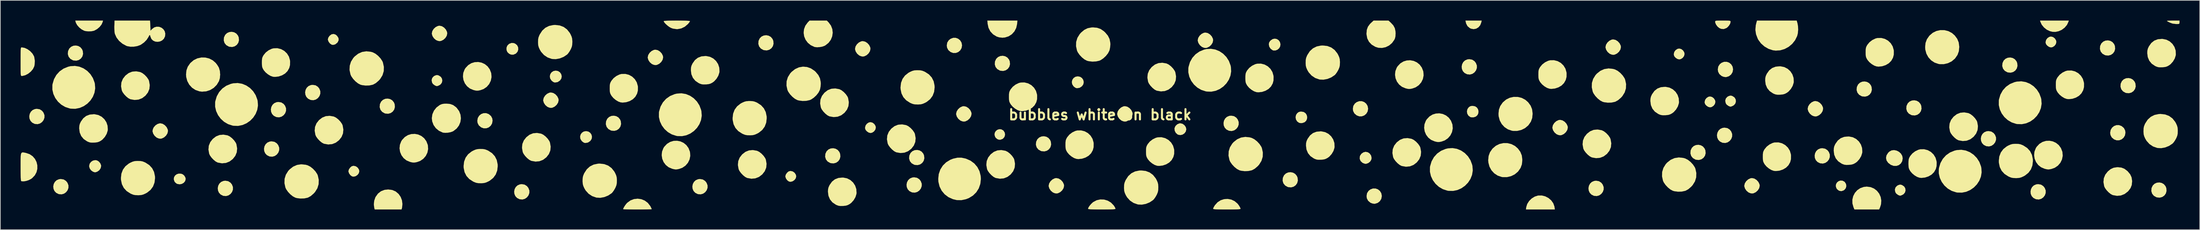
<source format=kicad_pcb>
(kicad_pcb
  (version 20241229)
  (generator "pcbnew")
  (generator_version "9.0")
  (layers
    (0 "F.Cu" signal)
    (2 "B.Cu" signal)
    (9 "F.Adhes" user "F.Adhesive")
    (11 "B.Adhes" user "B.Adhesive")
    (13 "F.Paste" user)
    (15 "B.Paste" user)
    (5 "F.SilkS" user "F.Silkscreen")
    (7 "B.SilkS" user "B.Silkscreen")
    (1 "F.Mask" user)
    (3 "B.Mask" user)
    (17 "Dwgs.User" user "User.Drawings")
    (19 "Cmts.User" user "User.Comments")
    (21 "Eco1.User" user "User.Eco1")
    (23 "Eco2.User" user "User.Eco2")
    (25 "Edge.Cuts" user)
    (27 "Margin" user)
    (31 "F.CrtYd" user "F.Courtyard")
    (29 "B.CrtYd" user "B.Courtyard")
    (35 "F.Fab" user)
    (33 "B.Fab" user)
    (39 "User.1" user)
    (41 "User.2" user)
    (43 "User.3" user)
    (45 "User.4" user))
  (footprint "bubbles white on black"
    (layer "F.Cu")
    (at 160.025 13.975)
    (property "Reference" "bubbles white on black" (at 0 0 0) (layer "F.SilkS") (effects (font (size 1.524 1.524) (thickness 0.3))))
    (attr through_hole)
    (fp_poly (pts (xy 56.513 -13.695) (xy 56.356 -13.286) (xy 56.093 -12.974) (xy 55.757 -12.775) (xy 55.378 -12.704) (xy 54.988 -12.775) (xy 54.805 -12.866) (xy 54.474 -13.149) (xy 54.275 -13.526) (xy 54.231 -13.695) (xy 54.173 -13.97) (xy 56.571 -13.97) (xy 56.513 -13.695)) (stroke (width 0.01) (type solid)) (fill yes) (layer "F.SilkS"))
    (fp_poly (pts (xy 143.55 -13.78) (xy 143.336 -13.329) (xy 142.991 -12.922) (xy 142.553 -12.595) (xy 142.103 -12.397) (xy 141.628 -12.296) (xy 141.19 -12.311) (xy 140.819 -12.401) (xy 140.352 -12.621) (xy 139.932 -12.955) (xy 139.6 -13.362) (xy 139.406 -13.78) (xy 139.35 -13.97) (xy 143.606 -13.97) (xy 143.55 -13.78)) (stroke (width 0.01) (type solid)) (fill yes) (layer "F.SilkS"))
    (fp_poly (pts (xy -12.298 -13.477) (xy -12.429 -12.887) (xy -12.695 -12.371) (xy -13.075 -11.95) (xy -13.549 -11.642) (xy -14.097 -11.467) (xy -14.478 -11.434) (xy -14.952 -11.487) (xy -15.325 -11.606) (xy -15.857 -11.933) (xy -16.264 -12.37) (xy -16.535 -12.901) (xy -16.658 -13.477) (xy -16.703 -13.97) (xy -12.253 -13.97) (xy -12.298 -13.477)) (stroke (width 0.01) (type solid)) (fill yes) (layer "F.SilkS"))
    (fp_poly (pts (xy 66.002 12.113) (xy 66.481 12.364) (xy 66.886 12.714) (xy 67.188 13.142) (xy 67.358 13.629) (xy 67.37 13.707) (xy 67.417 14.055) (xy 63.139 14.055) (xy 63.186 13.707) (xy 63.328 13.242) (xy 63.606 12.805) (xy 63.988 12.429) (xy 64.44 12.148) (xy 64.93 11.992) (xy 64.938 11.99) (xy 65.478 11.981) (xy 66.002 12.113)) (stroke (width 0.01) (type solid)) (fill yes) (layer "F.SilkS"))
    (fp_poly (pts (xy 160.02 -13.716) (xy 160.013 -13.573) (xy 159.964 -13.497) (xy 159.833 -13.468) (xy 159.579 -13.463) (xy 159.533 -13.463) (xy 158.979 -13.532) (xy 158.602 -13.671) (xy 158.363 -13.789) (xy 158.201 -13.883) (xy 158.157 -13.924) (xy 158.236 -13.942) (xy 158.45 -13.957) (xy 158.766 -13.967) (xy 159.089 -13.97) (xy 160.02 -13.97) (xy 160.02 -13.716)) (stroke (width 0.01) (type solid)) (fill yes) (layer "F.SilkS"))
    (fp_poly (pts (xy -147.868 -13.737) (xy -148.028 -13.382) (xy -148.311 -13.029) (xy -148.673 -12.72) (xy -149.073 -12.496) (xy -149.174 -12.458) (xy -149.524 -12.389) (xy -149.946 -12.372) (xy -150.353 -12.408) (xy -150.58 -12.463) (xy -150.962 -12.658) (xy -151.326 -12.948) (xy -151.627 -13.29) (xy -151.822 -13.64) (xy -151.852 -13.737) (xy -151.91 -13.97) (xy -147.81 -13.97) (xy -147.868 -13.737)) (stroke (width 0.01) (type solid)) (fill yes) (layer "F.SilkS"))
    (fp_poly (pts (xy -113.317 -11.882) (xy -113.104 -11.7) (xy -112.904 -11.385) (xy -112.873 -11.075) (xy -113.012 -10.771) (xy -113.094 -10.672) (xy -113.391 -10.441) (xy -113.704 -10.364) (xy -113.928 -10.41) (xy -114.169 -10.581) (xy -114.364 -10.841) (xy -114.465 -11.121) (xy -114.469 -11.186) (xy -114.402 -11.438) (xy -114.226 -11.7) (xy -113.935 -11.925) (xy -113.624 -11.985) (xy -113.317 -11.882)) (stroke (width 0.01) (type solid)) (fill yes) (layer "F.SilkS"))
    (fp_poly (pts (xy -33.732 1.178) (xy -33.468 1.378) (xy -33.29 1.657) (xy -33.24 1.905) (xy -33.316 2.213) (xy -33.515 2.479) (xy -33.79 2.659) (xy -34.036 2.709) (xy -34.311 2.636) (xy -34.56 2.466) (xy -34.749 2.257) (xy -34.825 2.038) (xy -34.832 1.905) (xy -34.756 1.597) (xy -34.557 1.331) (xy -34.282 1.151) (xy -34.036 1.101) (xy -33.732 1.178)) (stroke (width 0.01) (type solid)) (fill yes) (layer "F.SilkS"))
    (fp_poly (pts (xy 86.156 -9.744) (xy 86.42 -9.544) (xy 86.598 -9.265) (xy 86.648 -9.017) (xy 86.572 -8.709) (xy 86.373 -8.443) (xy 86.098 -8.263) (xy 85.852 -8.213) (xy 85.577 -8.286) (xy 85.328 -8.456) (xy 85.139 -8.665) (xy 85.063 -8.884) (xy 85.056 -9.017) (xy 85.132 -9.325) (xy 85.331 -9.591) (xy 85.606 -9.771) (xy 85.852 -9.821) (xy 86.156 -9.744)) (stroke (width 0.01) (type solid)) (fill yes) (layer "F.SilkS"))
    (fp_poly (pts (xy 90.728 -2.632) (xy 90.992 -2.432) (xy 91.17 -2.153) (xy 91.22 -1.905) (xy 91.144 -1.597) (xy 90.945 -1.331) (xy 90.67 -1.151) (xy 90.424 -1.101) (xy 90.149 -1.174) (xy 89.9 -1.344) (xy 89.711 -1.553) (xy 89.635 -1.772) (xy 89.628 -1.905) (xy 89.704 -2.213) (xy 89.903 -2.479) (xy 90.178 -2.659) (xy 90.424 -2.709) (xy 90.728 -2.632)) (stroke (width 0.01) (type solid)) (fill yes) (layer "F.SilkS"))
    (fp_poly (pts (xy 141.274 -11.522) (xy 141.538 -11.322) (xy 141.716 -11.043) (xy 141.766 -10.795) (xy 141.69 -10.487) (xy 141.491 -10.221) (xy 141.216 -10.041) (xy 140.97 -9.991) (xy 140.695 -10.064) (xy 140.446 -10.234) (xy 140.257 -10.443) (xy 140.181 -10.662) (xy 140.174 -10.795) (xy 140.25 -11.103) (xy 140.449 -11.369) (xy 140.724 -11.549) (xy 140.97 -11.599) (xy 141.274 -11.522)) (stroke (width 0.01) (type solid)) (fill yes) (layer "F.SilkS"))
    (fp_poly (pts (xy -136.219 8.754) (xy -135.987 8.841) (xy -135.761 9.031) (xy -135.6 9.3) (xy -135.551 9.525) (xy -135.627 9.837) (xy -135.827 10.087) (xy -136.113 10.255) (xy -136.445 10.32) (xy -136.784 10.263) (xy -136.897 10.211) (xy -137.098 10.047) (xy -137.211 9.897) (xy -137.313 9.573) (xy -137.272 9.271) (xy -137.115 9.015) (xy -136.869 8.829) (xy -136.562 8.734) (xy -136.219 8.754)) (stroke (width 0.01) (type solid)) (fill yes) (layer "F.SilkS"))
    (fp_poly (pts (xy -110.309 7.662) (xy -110.043 7.861) (xy -109.863 8.136) (xy -109.813 8.382) (xy -109.886 8.675) (xy -110.077 8.927) (xy -110.342 9.108) (xy -110.637 9.186) (xy -110.88 9.148) (xy -111.121 8.977) (xy -111.316 8.717) (xy -111.417 8.437) (xy -111.421 8.372) (xy -111.354 8.12) (xy -111.178 7.858) (xy -110.969 7.669) (xy -110.75 7.593) (xy -110.617 7.586) (xy -110.309 7.662)) (stroke (width 0.01) (type solid)) (fill yes) (layer "F.SilkS"))
    (fp_poly (pts (xy -86.908 -10.628) (xy -86.688 -10.535) (xy -86.419 -10.313) (xy -86.272 -10.015) (xy -86.247 -9.685) (xy -86.346 -9.366) (xy -86.569 -9.104) (xy -86.644 -9.053) (xy -86.995 -8.91) (xy -87.334 -8.931) (xy -87.6 -9.053) (xy -87.855 -9.295) (xy -87.984 -9.603) (xy -87.989 -9.935) (xy -87.872 -10.245) (xy -87.634 -10.49) (xy -87.556 -10.535) (xy -87.221 -10.654) (xy -86.908 -10.628)) (stroke (width 0.01) (type solid)) (fill yes) (layer "F.SilkS"))
    (fp_poly (pts (xy -45.539 8.424) (xy -45.273 8.623) (xy -45.093 8.898) (xy -45.043 9.144) (xy -45.116 9.437) (xy -45.307 9.689) (xy -45.572 9.87) (xy -45.867 9.948) (xy -46.11 9.91) (xy -46.351 9.739) (xy -46.546 9.479) (xy -46.647 9.199) (xy -46.651 9.134) (xy -46.584 8.882) (xy -46.408 8.62) (xy -46.199 8.431) (xy -45.98 8.355) (xy -45.847 8.348) (xy -45.539 8.424)) (stroke (width 0.01) (type solid)) (fill yes) (layer "F.SilkS"))
    (fp_poly (pts (xy -14.653 2.165) (xy -14.366 2.318) (xy -14.309 2.371) (xy -14.128 2.656) (xy -14.084 2.977) (xy -14.171 3.287) (xy -14.38 3.536) (xy -14.486 3.602) (xy -14.794 3.711) (xy -15.073 3.68) (xy -15.231 3.607) (xy -15.432 3.443) (xy -15.545 3.293) (xy -15.645 2.973) (xy -15.605 2.676) (xy -15.457 2.424) (xy -15.228 2.24) (xy -14.95 2.146) (xy -14.653 2.165)) (stroke (width 0.01) (type solid)) (fill yes) (layer "F.SilkS"))
    (fp_poly (pts (xy 26.216 -11.224) (xy 26.476 -11.054) (xy 26.661 -10.796) (xy 26.742 -10.471) (xy 26.703 -10.147) (xy 26.548 -9.865) (xy 26.293 -9.651) (xy 25.989 -9.533) (xy 25.686 -9.536) (xy 25.612 -9.562) (xy 25.305 -9.773) (xy 25.097 -10.08) (xy 25.023 -10.419) (xy 25.057 -10.684) (xy 25.183 -10.904) (xy 25.293 -11.024) (xy 25.594 -11.228) (xy 25.912 -11.288) (xy 26.216 -11.224)) (stroke (width 0.01) (type solid)) (fill yes) (layer "F.SilkS"))
    (fp_poly (pts (xy 110.061 9.785) (xy 110.348 9.938) (xy 110.405 9.991) (xy 110.586 10.276) (xy 110.63 10.597) (xy 110.543 10.907) (xy 110.334 11.156) (xy 110.228 11.222) (xy 109.92 11.331) (xy 109.641 11.3) (xy 109.483 11.227) (xy 109.282 11.063) (xy 109.169 10.913) (xy 109.069 10.593) (xy 109.109 10.296) (xy 109.257 10.044) (xy 109.486 9.86) (xy 109.764 9.766) (xy 110.061 9.785)) (stroke (width 0.01) (type solid)) (fill yes) (layer "F.SilkS"))
    (fp_poly (pts (xy -104.936 11.166) (xy -104.417 11.389) (xy -103.984 11.758) (xy -103.681 12.195) (xy -103.493 12.69) (xy -103.42 13.236) (xy -103.47 13.759) (xy -103.486 13.822) (xy -103.551 14.055) (xy -107.523 14.055) (xy -107.588 13.822) (xy -107.655 13.306) (xy -107.597 12.759) (xy -107.423 12.253) (xy -107.393 12.195) (xy -107.04 11.702) (xy -106.595 11.353) (xy -106.065 11.148) (xy -105.537 11.091) (xy -104.936 11.166)) (stroke (width 0.01) (type solid)) (fill yes) (layer "F.SilkS"))
    (fp_poly (pts (xy -98.188 -5.872) (xy -97.999 -5.804) (xy -97.713 -5.608) (xy -97.55 -5.336) (xy -97.509 -5.029) (xy -97.589 -4.729) (xy -97.792 -4.478) (xy -97.996 -4.357) (xy -98.193 -4.275) (xy -98.311 -4.248) (xy -98.429 -4.278) (xy -98.619 -4.361) (xy -98.896 -4.571) (xy -99.022 -4.781) (xy -99.088 -5.133) (xy -99 -5.453) (xy -98.772 -5.707) (xy -98.597 -5.804) (xy -98.371 -5.88) (xy -98.188 -5.872)) (stroke (width 0.01) (type solid)) (fill yes) (layer "F.SilkS"))
    (fp_poly (pts (xy -80.334 -6.472) (xy -80.059 -6.285) (xy -79.878 -6.017) (xy -79.806 -5.705) (xy -79.859 -5.384) (xy -80.052 -5.091) (xy -80.062 -5.082) (xy -80.403 -4.851) (xy -80.777 -4.786) (xy -80.909 -4.802) (xy -81.082 -4.883) (xy -81.283 -5.041) (xy -81.322 -5.08) (xy -81.515 -5.385) (xy -81.566 -5.714) (xy -81.489 -6.031) (xy -81.302 -6.299) (xy -81.019 -6.481) (xy -80.687 -6.542) (xy -80.334 -6.472)) (stroke (width 0.01) (type solid)) (fill yes) (layer "F.SilkS"))
    (fp_poly (pts (xy -75.847 2.503) (xy -75.572 2.69) (xy -75.391 2.958) (xy -75.319 3.27) (xy -75.372 3.591) (xy -75.565 3.883) (xy -75.575 3.893) (xy -75.916 4.123) (xy -76.29 4.188) (xy -76.421 4.173) (xy -76.595 4.092) (xy -76.796 3.934) (xy -76.835 3.895) (xy -77.028 3.589) (xy -77.078 3.26) (xy -77.002 2.944) (xy -76.815 2.676) (xy -76.532 2.494) (xy -76.2 2.432) (xy -75.847 2.503)) (stroke (width 0.01) (type solid)) (fill yes) (layer "F.SilkS"))
    (fp_poly (pts (xy -2.949 -5.625) (xy -2.674 -5.438) (xy -2.493 -5.17) (xy -2.421 -4.858) (xy -2.474 -4.537) (xy -2.667 -4.245) (xy -2.677 -4.235) (xy -3.018 -4.005) (xy -3.392 -3.94) (xy -3.523 -3.955) (xy -3.697 -4.036) (xy -3.898 -4.194) (xy -3.937 -4.233) (xy -4.13 -4.539) (xy -4.18 -4.868) (xy -4.104 -5.184) (xy -3.917 -5.452) (xy -3.634 -5.634) (xy -3.302 -5.696) (xy -2.949 -5.625)) (stroke (width 0.01) (type solid)) (fill yes) (layer "F.SilkS"))
    (fp_poly (pts (xy 12.224 1.347) (xy 12.504 1.548) (xy 12.706 1.829) (xy 12.785 2.144) (xy 12.785 2.149) (xy 12.71 2.485) (xy 12.512 2.757) (xy 12.23 2.943) (xy 11.904 3.017) (xy 11.573 2.958) (xy 11.495 2.92) (xy 11.226 2.682) (xy 11.065 2.359) (xy 11.04 2.01) (xy 11.044 1.984) (xy 11.181 1.674) (xy 11.435 1.428) (xy 11.754 1.287) (xy 11.911 1.27) (xy 12.224 1.347)) (stroke (width 0.01) (type solid)) (fill yes) (layer "F.SilkS"))
    (fp_poly (pts (xy 93.582 -2.824) (xy 93.771 -2.756) (xy 94.057 -2.56) (xy 94.22 -2.288) (xy 94.261 -1.981) (xy 94.181 -1.681) (xy 93.978 -1.43) (xy 93.774 -1.309) (xy 93.577 -1.227) (xy 93.459 -1.2) (xy 93.341 -1.23) (xy 93.151 -1.313) (xy 92.874 -1.523) (xy 92.748 -1.733) (xy 92.682 -2.085) (xy 92.77 -2.405) (xy 92.998 -2.659) (xy 93.173 -2.756) (xy 93.399 -2.832) (xy 93.582 -2.824)) (stroke (width 0.01) (type solid)) (fill yes) (layer "F.SilkS"))
    (fp_poly (pts (xy 114.239 10.745) (xy 114.747 10.96) (xy 115.172 11.29) (xy 115.501 11.713) (xy 115.72 12.206) (xy 115.813 12.747) (xy 115.765 13.312) (xy 115.63 13.737) (xy 115.494 14.055) (xy 111.836 14.055) (xy 111.7 13.737) (xy 111.539 13.169) (xy 111.528 12.608) (xy 111.654 12.077) (xy 111.901 11.599) (xy 112.256 11.197) (xy 112.704 10.894) (xy 113.229 10.712) (xy 113.665 10.668) (xy 114.239 10.745)) (stroke (width 0.01) (type solid)) (fill yes) (layer "F.SilkS"))
    (fp_poly (pts (xy 118.728 10.384) (xy 118.917 10.452) (xy 119.203 10.648) (xy 119.366 10.92) (xy 119.407 11.227) (xy 119.327 11.527) (xy 119.124 11.778) (xy 118.92 11.899) (xy 118.723 11.981) (xy 118.605 12.008) (xy 118.487 11.978) (xy 118.297 11.895) (xy 118.02 11.685) (xy 117.894 11.475) (xy 117.828 11.123) (xy 117.916 10.803) (xy 118.144 10.549) (xy 118.319 10.452) (xy 118.545 10.376) (xy 118.728 10.384)) (stroke (width 0.01) (type solid)) (fill yes) (layer "F.SilkS"))
    (fp_poly (pts (xy -157.184 -0.803) (xy -156.842 -0.583) (xy -156.63 -0.313) (xy -156.487 0.062) (xy -156.489 0.438) (xy -156.614 0.788) (xy -156.841 1.082) (xy -157.147 1.295) (xy -157.511 1.397) (xy -157.91 1.36) (xy -157.934 1.353) (xy -158.303 1.169) (xy -158.556 0.897) (xy -158.698 0.569) (xy -158.732 0.215) (xy -158.663 -0.134) (xy -158.496 -0.447) (xy -158.235 -0.694) (xy -157.884 -0.844) (xy -157.607 -0.875) (xy -157.184 -0.803)) (stroke (width 0.01) (type solid)) (fill yes) (layer "F.SilkS"))
    (fp_poly (pts (xy -153.628 9.611) (xy -153.286 9.831) (xy -153.074 10.101) (xy -152.931 10.476) (xy -152.933 10.852) (xy -153.058 11.202) (xy -153.285 11.496) (xy -153.591 11.709) (xy -153.955 11.811) (xy -154.354 11.774) (xy -154.378 11.767) (xy -154.747 11.583) (xy -155 11.311) (xy -155.142 10.983) (xy -155.176 10.629) (xy -155.107 10.28) (xy -154.94 9.967) (xy -154.679 9.72) (xy -154.328 9.57) (xy -154.051 9.539) (xy -153.628 9.611)) (stroke (width 0.01) (type solid)) (fill yes) (layer "F.SilkS"))
    (fp_poly (pts (xy -151.482 -10.198) (xy -151.164 -10.016) (xy -150.918 -9.722) (xy -150.805 -9.45) (xy -150.764 -9.027) (xy -150.865 -8.649) (xy -151.084 -8.34) (xy -151.394 -8.123) (xy -151.769 -8.022) (xy -152.186 -8.061) (xy -152.273 -8.088) (xy -152.646 -8.299) (xy -152.9 -8.613) (xy -153.018 -9) (xy -152.984 -9.43) (xy -152.979 -9.451) (xy -152.803 -9.822) (xy -152.532 -10.082) (xy -152.199 -10.231) (xy -151.838 -10.27) (xy -151.482 -10.198)) (stroke (width 0.01) (type solid)) (fill yes) (layer "F.SilkS"))
    (fp_poly (pts (xy -129.244 9.865) (xy -128.902 10.085) (xy -128.69 10.355) (xy -128.547 10.73) (xy -128.549 11.106) (xy -128.674 11.456) (xy -128.901 11.75) (xy -129.207 11.963) (xy -129.571 12.065) (xy -129.97 12.028) (xy -129.994 12.021) (xy -130.363 11.837) (xy -130.616 11.565) (xy -130.758 11.237) (xy -130.792 10.883) (xy -130.723 10.534) (xy -130.556 10.221) (xy -130.295 9.974) (xy -129.944 9.824) (xy -129.667 9.793) (xy -129.244 9.865)) (stroke (width 0.01) (type solid)) (fill yes) (layer "F.SilkS"))
    (fp_poly (pts (xy -128.368 -12.23) (xy -128.05 -12.048) (xy -127.804 -11.754) (xy -127.691 -11.482) (xy -127.65 -11.059) (xy -127.751 -10.681) (xy -127.97 -10.372) (xy -128.28 -10.155) (xy -128.655 -10.054) (xy -129.072 -10.093) (xy -129.159 -10.12) (xy -129.532 -10.331) (xy -129.786 -10.645) (xy -129.904 -11.032) (xy -129.87 -11.462) (xy -129.865 -11.483) (xy -129.689 -11.854) (xy -129.418 -12.114) (xy -129.085 -12.263) (xy -128.724 -12.302) (xy -128.368 -12.23)) (stroke (width 0.01) (type solid)) (fill yes) (layer "F.SilkS"))
    (fp_poly (pts (xy -122.386 4.023) (xy -122.044 4.243) (xy -121.832 4.513) (xy -121.689 4.888) (xy -121.691 5.264) (xy -121.816 5.614) (xy -122.043 5.908) (xy -122.349 6.121) (xy -122.713 6.223) (xy -123.112 6.186) (xy -123.136 6.179) (xy -123.505 5.995) (xy -123.758 5.723) (xy -123.9 5.395) (xy -123.934 5.041) (xy -123.865 4.692) (xy -123.698 4.379) (xy -123.437 4.132) (xy -123.086 3.982) (xy -122.809 3.951) (xy -122.386 4.023)) (stroke (width 0.01) (type solid)) (fill yes) (layer "F.SilkS"))
    (fp_poly (pts (xy -121.37 -1.819) (xy -121.028 -1.599) (xy -120.816 -1.329) (xy -120.673 -0.954) (xy -120.675 -0.578) (xy -120.8 -0.228) (xy -121.027 0.066) (xy -121.333 0.279) (xy -121.697 0.381) (xy -122.096 0.344) (xy -122.12 0.337) (xy -122.489 0.153) (xy -122.742 -0.119) (xy -122.884 -0.447) (xy -122.918 -0.801) (xy -122.849 -1.15) (xy -122.682 -1.463) (xy -122.421 -1.71) (xy -122.07 -1.86) (xy -121.793 -1.891) (xy -121.37 -1.819)) (stroke (width 0.01) (type solid)) (fill yes) (layer "F.SilkS"))
    (fp_poly (pts (xy -116.29 -4.359) (xy -115.948 -4.139) (xy -115.736 -3.869) (xy -115.593 -3.494) (xy -115.595 -3.118) (xy -115.72 -2.768) (xy -115.947 -2.474) (xy -116.253 -2.261) (xy -116.617 -2.159) (xy -117.016 -2.196) (xy -117.04 -2.203) (xy -117.409 -2.387) (xy -117.662 -2.659) (xy -117.804 -2.987) (xy -117.838 -3.341) (xy -117.769 -3.69) (xy -117.602 -4.003) (xy -117.341 -4.25) (xy -116.99 -4.4) (xy -116.713 -4.431) (xy -116.29 -4.359)) (stroke (width 0.01) (type solid)) (fill yes) (layer "F.SilkS"))
    (fp_poly (pts (xy -105.254 -2.324) (xy -104.936 -2.142) (xy -104.69 -1.848) (xy -104.577 -1.576) (xy -104.536 -1.153) (xy -104.637 -0.775) (xy -104.856 -0.466) (xy -105.166 -0.249) (xy -105.541 -0.148) (xy -105.958 -0.187) (xy -106.045 -0.214) (xy -106.418 -0.425) (xy -106.672 -0.739) (xy -106.79 -1.126) (xy -106.756 -1.556) (xy -106.751 -1.577) (xy -106.575 -1.948) (xy -106.304 -2.208) (xy -105.971 -2.357) (xy -105.61 -2.396) (xy -105.254 -2.324)) (stroke (width 0.01) (type solid)) (fill yes) (layer "F.SilkS"))
    (fp_poly (pts (xy -90.629 -0.094) (xy -90.619 -0.088) (xy -90.284 0.198) (xy -90.099 0.558) (xy -90.057 0.889) (xy -90.131 1.296) (xy -90.33 1.63) (xy -90.623 1.874) (xy -90.978 2.007) (xy -91.362 2.013) (xy -91.743 1.872) (xy -91.753 1.866) (xy -92.088 1.58) (xy -92.273 1.22) (xy -92.315 0.889) (xy -92.241 0.482) (xy -92.042 0.148) (xy -91.749 -0.096) (xy -91.394 -0.229) (xy -91.01 -0.235) (xy -90.629 -0.094)) (stroke (width 0.01) (type solid)) (fill yes) (layer "F.SilkS"))
    (fp_poly (pts (xy -85.302 10.373) (xy -84.96 10.593) (xy -84.748 10.863) (xy -84.605 11.238) (xy -84.607 11.614) (xy -84.732 11.964) (xy -84.959 12.258) (xy -85.265 12.471) (xy -85.629 12.573) (xy -86.028 12.536) (xy -86.052 12.529) (xy -86.421 12.345) (xy -86.674 12.073) (xy -86.816 11.745) (xy -86.85 11.391) (xy -86.781 11.042) (xy -86.614 10.729) (xy -86.353 10.482) (xy -86.002 10.332) (xy -85.725 10.301) (xy -85.302 10.373)) (stroke (width 0.01) (type solid)) (fill yes) (layer "F.SilkS"))
    (fp_poly (pts (xy -71.726 0.216) (xy -71.408 0.398) (xy -71.162 0.692) (xy -71.049 0.964) (xy -71.008 1.387) (xy -71.109 1.765) (xy -71.328 2.074) (xy -71.638 2.291) (xy -72.013 2.392) (xy -72.43 2.353) (xy -72.517 2.326) (xy -72.89 2.115) (xy -73.144 1.801) (xy -73.262 1.414) (xy -73.228 0.984) (xy -73.223 0.963) (xy -73.047 0.592) (xy -72.776 0.332) (xy -72.443 0.183) (xy -72.082 0.144) (xy -71.726 0.216)) (stroke (width 0.01) (type solid)) (fill yes) (layer "F.SilkS"))
    (fp_poly (pts (xy -58.886 9.611) (xy -58.544 9.831) (xy -58.332 10.101) (xy -58.189 10.476) (xy -58.191 10.852) (xy -58.316 11.202) (xy -58.543 11.496) (xy -58.849 11.709) (xy -59.213 11.811) (xy -59.612 11.774) (xy -59.636 11.767) (xy -60.005 11.583) (xy -60.258 11.311) (xy -60.4 10.983) (xy -60.434 10.629) (xy -60.365 10.28) (xy -60.198 9.967) (xy -59.937 9.72) (xy -59.586 9.57) (xy -59.309 9.539) (xy -58.886 9.611)) (stroke (width 0.01) (type solid)) (fill yes) (layer "F.SilkS"))
    (fp_poly (pts (xy -49.12 -11.722) (xy -48.802 -11.54) (xy -48.556 -11.246) (xy -48.443 -10.974) (xy -48.402 -10.551) (xy -48.503 -10.173) (xy -48.722 -9.864) (xy -49.032 -9.647) (xy -49.407 -9.546) (xy -49.824 -9.585) (xy -49.911 -9.612) (xy -50.284 -9.823) (xy -50.538 -10.137) (xy -50.656 -10.524) (xy -50.622 -10.954) (xy -50.617 -10.975) (xy -50.441 -11.346) (xy -50.17 -11.606) (xy -49.837 -11.755) (xy -49.476 -11.794) (xy -49.12 -11.722)) (stroke (width 0.01) (type solid)) (fill yes) (layer "F.SilkS"))
    (fp_poly (pts (xy -39.214 5.042) (xy -38.896 5.224) (xy -38.65 5.518) (xy -38.537 5.79) (xy -38.496 6.213) (xy -38.597 6.591) (xy -38.816 6.9) (xy -39.126 7.117) (xy -39.501 7.218) (xy -39.918 7.179) (xy -40.005 7.152) (xy -40.378 6.941) (xy -40.632 6.627) (xy -40.75 6.24) (xy -40.716 5.81) (xy -40.711 5.789) (xy -40.535 5.418) (xy -40.264 5.158) (xy -39.931 5.009) (xy -39.57 4.97) (xy -39.214 5.042)) (stroke (width 0.01) (type solid)) (fill yes) (layer "F.SilkS"))
    (fp_poly (pts (xy -27.136 9.357) (xy -26.794 9.577) (xy -26.582 9.847) (xy -26.439 10.222) (xy -26.441 10.598) (xy -26.566 10.948) (xy -26.793 11.242) (xy -27.099 11.455) (xy -27.463 11.557) (xy -27.862 11.52) (xy -27.886 11.513) (xy -28.255 11.329) (xy -28.508 11.057) (xy -28.65 10.729) (xy -28.684 10.375) (xy -28.615 10.026) (xy -28.448 9.713) (xy -28.187 9.466) (xy -27.836 9.316) (xy -27.559 9.285) (xy -27.136 9.357)) (stroke (width 0.01) (type solid)) (fill yes) (layer "F.SilkS"))
    (fp_poly (pts (xy -26.768 5.296) (xy -26.45 5.478) (xy -26.204 5.772) (xy -26.091 6.044) (xy -26.05 6.467) (xy -26.151 6.845) (xy -26.37 7.154) (xy -26.68 7.371) (xy -27.055 7.472) (xy -27.472 7.433) (xy -27.559 7.406) (xy -27.932 7.195) (xy -28.186 6.881) (xy -28.304 6.494) (xy -28.27 6.064) (xy -28.265 6.043) (xy -28.089 5.672) (xy -27.818 5.412) (xy -27.485 5.263) (xy -27.124 5.224) (xy -26.768 5.296)) (stroke (width 0.01) (type solid)) (fill yes) (layer "F.SilkS"))
    (fp_poly (pts (xy -21.392 -11.407) (xy -21.036 -11.277) (xy -20.741 -11.036) (xy -20.539 -10.704) (xy -20.461 -10.299) (xy -20.461 -10.287) (xy -20.535 -9.88) (xy -20.734 -9.546) (xy -21.027 -9.302) (xy -21.382 -9.169) (xy -21.766 -9.163) (xy -22.147 -9.304) (xy -22.157 -9.31) (xy -22.492 -9.596) (xy -22.677 -9.956) (xy -22.719 -10.287) (xy -22.647 -10.71) (xy -22.427 -11.052) (xy -22.157 -11.264) (xy -21.776 -11.409) (xy -21.392 -11.407)) (stroke (width 0.01) (type solid)) (fill yes) (layer "F.SilkS"))
    (fp_poly (pts (xy -14.068 -8.674) (xy -13.75 -8.492) (xy -13.504 -8.198) (xy -13.391 -7.926) (xy -13.35 -7.503) (xy -13.451 -7.125) (xy -13.67 -6.816) (xy -13.98 -6.599) (xy -14.355 -6.498) (xy -14.772 -6.537) (xy -14.859 -6.564) (xy -15.232 -6.775) (xy -15.486 -7.089) (xy -15.604 -7.476) (xy -15.57 -7.906) (xy -15.565 -7.927) (xy -15.389 -8.298) (xy -15.118 -8.558) (xy -14.785 -8.707) (xy -14.424 -8.746) (xy -14.068 -8.674)) (stroke (width 0.01) (type solid)) (fill yes) (layer "F.SilkS"))
    (fp_poly (pts (xy -7.972 3.264) (xy -7.654 3.446) (xy -7.408 3.74) (xy -7.295 4.012) (xy -7.254 4.435) (xy -7.355 4.813) (xy -7.574 5.122) (xy -7.884 5.339) (xy -8.259 5.44) (xy -8.676 5.401) (xy -8.763 5.374) (xy -9.136 5.163) (xy -9.39 4.849) (xy -9.508 4.462) (xy -9.474 4.032) (xy -9.469 4.011) (xy -9.293 3.64) (xy -9.022 3.38) (xy -8.689 3.231) (xy -8.328 3.192) (xy -7.972 3.264)) (stroke (width 0.01) (type solid)) (fill yes) (layer "F.SilkS"))
    (fp_poly (pts (xy 19.854 0.213) (xy 20.196 0.433) (xy 20.408 0.703) (xy 20.551 1.078) (xy 20.549 1.454) (xy 20.424 1.804) (xy 20.197 2.098) (xy 19.891 2.311) (xy 19.527 2.413) (xy 19.128 2.376) (xy 19.104 2.369) (xy 18.735 2.185) (xy 18.482 1.913) (xy 18.34 1.585) (xy 18.306 1.231) (xy 18.375 0.882) (xy 18.542 0.569) (xy 18.803 0.322) (xy 19.154 0.172) (xy 19.431 0.141) (xy 19.854 0.213)) (stroke (width 0.01) (type solid)) (fill yes) (layer "F.SilkS"))
    (fp_poly (pts (xy 28.604 8.598) (xy 28.922 8.78) (xy 29.168 9.074) (xy 29.281 9.346) (xy 29.322 9.769) (xy 29.221 10.147) (xy 29.002 10.456) (xy 28.692 10.673) (xy 28.317 10.774) (xy 27.9 10.735) (xy 27.813 10.708) (xy 27.44 10.497) (xy 27.186 10.183) (xy 27.068 9.796) (xy 27.102 9.366) (xy 27.107 9.345) (xy 27.283 8.974) (xy 27.554 8.714) (xy 27.887 8.565) (xy 28.248 8.526) (xy 28.604 8.598)) (stroke (width 0.01) (type solid)) (fill yes) (layer "F.SilkS"))
    (fp_poly (pts (xy 30.197 -0.4) (xy 30.459 -0.224) (xy 30.628 0.027) (xy 30.701 0.319) (xy 30.677 0.619) (xy 30.553 0.893) (xy 30.326 1.106) (xy 29.994 1.225) (xy 29.967 1.229) (xy 29.716 1.235) (xy 29.511 1.196) (xy 29.506 1.194) (xy 29.218 0.987) (xy 29.042 0.692) (xy 28.987 0.353) (xy 29.062 0.018) (xy 29.233 -0.231) (xy 29.441 -0.393) (xy 29.679 -0.459) (xy 29.845 -0.466) (xy 30.197 -0.4)) (stroke (width 0.01) (type solid)) (fill yes) (layer "F.SilkS"))
    (fp_poly (pts (xy 38.806 -2.009) (xy 39.162 -1.879) (xy 39.457 -1.638) (xy 39.659 -1.306) (xy 39.737 -0.901) (xy 39.737 -0.889) (xy 39.663 -0.482) (xy 39.464 -0.148) (xy 39.171 0.096) (xy 38.816 0.229) (xy 38.432 0.235) (xy 38.051 0.094) (xy 38.041 0.088) (xy 37.706 -0.198) (xy 37.521 -0.558) (xy 37.479 -0.889) (xy 37.551 -1.312) (xy 37.771 -1.654) (xy 38.041 -1.866) (xy 38.422 -2.011) (xy 38.806 -2.009)) (stroke (width 0.01) (type solid)) (fill yes) (layer "F.SilkS"))
    (fp_poly (pts (xy 39.713 5.579) (xy 39.993 5.781) (xy 40.183 6.07) (xy 40.252 6.408) (xy 40.212 6.66) (xy 40.041 6.945) (xy 39.766 7.165) (xy 39.449 7.276) (xy 39.37 7.281) (xy 39.153 7.237) (xy 38.91 7.129) (xy 38.892 7.118) (xy 38.624 6.865) (xy 38.494 6.538) (xy 38.517 6.176) (xy 38.555 6.067) (xy 38.75 5.787) (xy 39.038 5.585) (xy 39.358 5.503) (xy 39.37 5.503) (xy 39.713 5.579)) (stroke (width 0.01) (type solid)) (fill yes) (layer "F.SilkS"))
    (fp_poly (pts (xy 55.16 -8.169) (xy 55.502 -7.949) (xy 55.714 -7.679) (xy 55.857 -7.304) (xy 55.855 -6.928) (xy 55.73 -6.578) (xy 55.503 -6.284) (xy 55.197 -6.071) (xy 54.833 -5.969) (xy 54.434 -6.006) (xy 54.41 -6.013) (xy 54.041 -6.197) (xy 53.788 -6.469) (xy 53.646 -6.797) (xy 53.612 -7.151) (xy 53.681 -7.5) (xy 53.848 -7.813) (xy 54.109 -8.06) (xy 54.46 -8.21) (xy 54.737 -8.241) (xy 55.16 -8.169)) (stroke (width 0.01) (type solid)) (fill yes) (layer "F.SilkS"))
    (fp_poly (pts (xy 55.597 -1.246) (xy 55.859 -1.071) (xy 56.028 -0.82) (xy 56.101 -0.527) (xy 56.077 -0.227) (xy 55.953 0.046) (xy 55.726 0.26) (xy 55.394 0.378) (xy 55.367 0.382) (xy 55.116 0.388) (xy 54.911 0.349) (xy 54.906 0.347) (xy 54.618 0.14) (xy 54.442 -0.155) (xy 54.387 -0.493) (xy 54.462 -0.829) (xy 54.633 -1.078) (xy 54.841 -1.24) (xy 55.079 -1.305) (xy 55.245 -1.312) (xy 55.597 -1.246)) (stroke (width 0.01) (type solid)) (fill yes) (layer "F.SilkS"))
    (fp_poly (pts (xy 73.956 9.865) (xy 74.298 10.085) (xy 74.51 10.355) (xy 74.653 10.73) (xy 74.651 11.106) (xy 74.526 11.456) (xy 74.299 11.75) (xy 73.993 11.963) (xy 73.629 12.065) (xy 73.23 12.028) (xy 73.206 12.021) (xy 72.837 11.837) (xy 72.584 11.565) (xy 72.442 11.237) (xy 72.408 10.883) (xy 72.477 10.534) (xy 72.644 10.221) (xy 72.905 9.974) (xy 73.256 9.824) (xy 73.533 9.793) (xy 73.956 9.865)) (stroke (width 0.01) (type solid)) (fill yes) (layer "F.SilkS"))
    (fp_poly (pts (xy 89.056 4.534) (xy 89.374 4.716) (xy 89.62 5.01) (xy 89.733 5.282) (xy 89.774 5.705) (xy 89.673 6.083) (xy 89.454 6.392) (xy 89.144 6.609) (xy 88.769 6.71) (xy 88.352 6.671) (xy 88.265 6.644) (xy 87.892 6.433) (xy 87.638 6.119) (xy 87.52 5.732) (xy 87.554 5.302) (xy 87.559 5.281) (xy 87.735 4.91) (xy 88.006 4.65) (xy 88.339 4.501) (xy 88.7 4.462) (xy 89.056 4.534)) (stroke (width 0.01) (type solid)) (fill yes) (layer "F.SilkS"))
    (fp_poly (pts (xy 93.006 1.991) (xy 93.348 2.211) (xy 93.56 2.481) (xy 93.703 2.856) (xy 93.701 3.232) (xy 93.576 3.582) (xy 93.349 3.876) (xy 93.043 4.089) (xy 92.679 4.191) (xy 92.28 4.154) (xy 92.256 4.147) (xy 91.887 3.963) (xy 91.634 3.691) (xy 91.492 3.363) (xy 91.458 3.009) (xy 91.527 2.66) (xy 91.694 2.347) (xy 91.955 2.1) (xy 92.306 1.95) (xy 92.583 1.919) (xy 93.006 1.991)) (stroke (width 0.01) (type solid)) (fill yes) (layer "F.SilkS"))
    (fp_poly (pts (xy 107.484 5.039) (xy 107.826 5.259) (xy 108.038 5.529) (xy 108.181 5.904) (xy 108.179 6.28) (xy 108.054 6.63) (xy 107.827 6.924) (xy 107.521 7.137) (xy 107.157 7.239) (xy 106.758 7.202) (xy 106.734 7.195) (xy 106.365 7.011) (xy 106.112 6.739) (xy 105.97 6.411) (xy 105.936 6.057) (xy 106.005 5.708) (xy 106.172 5.395) (xy 106.433 5.148) (xy 106.784 4.998) (xy 107.061 4.967) (xy 107.484 5.039)) (stroke (width 0.01) (type solid)) (fill yes) (layer "F.SilkS"))
    (fp_poly (pts (xy 113.694 -4.864) (xy 114.012 -4.682) (xy 114.258 -4.388) (xy 114.371 -4.116) (xy 114.412 -3.693) (xy 114.311 -3.315) (xy 114.092 -3.006) (xy 113.782 -2.789) (xy 113.407 -2.688) (xy 112.99 -2.727) (xy 112.903 -2.754) (xy 112.53 -2.965) (xy 112.276 -3.279) (xy 112.158 -3.666) (xy 112.192 -4.096) (xy 112.197 -4.117) (xy 112.373 -4.488) (xy 112.644 -4.748) (xy 112.977 -4.897) (xy 113.338 -4.936) (xy 113.694 -4.864)) (stroke (width 0.01) (type solid)) (fill yes) (layer "F.SilkS"))
    (fp_poly (pts (xy 118.09 5.326) (xy 118.438 5.505) (xy 118.725 5.77) (xy 118.919 6.104) (xy 118.985 6.467) (xy 118.912 6.89) (xy 118.713 7.228) (xy 118.417 7.467) (xy 118.052 7.591) (xy 117.646 7.583) (xy 117.228 7.429) (xy 117.224 7.427) (xy 116.834 7.131) (xy 116.598 6.784) (xy 116.516 6.408) (xy 116.592 6.023) (xy 116.827 5.652) (xy 117.013 5.471) (xy 117.344 5.292) (xy 117.714 5.249) (xy 118.09 5.326)) (stroke (width 0.01) (type solid)) (fill yes) (layer "F.SilkS"))
    (fp_poly (pts (xy 121.06 -2.07) (xy 121.378 -1.888) (xy 121.624 -1.594) (xy 121.737 -1.322) (xy 121.778 -0.899) (xy 121.677 -0.521) (xy 121.458 -0.212) (xy 121.148 0.005) (xy 120.773 0.106) (xy 120.356 0.067) (xy 120.269 0.04) (xy 119.896 -0.171) (xy 119.642 -0.485) (xy 119.524 -0.872) (xy 119.558 -1.302) (xy 119.563 -1.323) (xy 119.739 -1.694) (xy 120.01 -1.954) (xy 120.343 -2.103) (xy 120.704 -2.142) (xy 121.06 -2.07)) (stroke (width 0.01) (type solid)) (fill yes) (layer "F.SilkS"))
    (fp_poly (pts (xy 132.122 2.499) (xy 132.464 2.719) (xy 132.676 2.989) (xy 132.819 3.364) (xy 132.817 3.74) (xy 132.692 4.09) (xy 132.465 4.384) (xy 132.159 4.597) (xy 131.795 4.699) (xy 131.396 4.662) (xy 131.372 4.655) (xy 131.003 4.471) (xy 130.75 4.199) (xy 130.608 3.871) (xy 130.574 3.517) (xy 130.643 3.168) (xy 130.81 2.855) (xy 131.071 2.608) (xy 131.422 2.458) (xy 131.699 2.427) (xy 132.122 2.499)) (stroke (width 0.01) (type solid)) (fill yes) (layer "F.SilkS"))
    (fp_poly (pts (xy 135.284 -8.42) (xy 135.602 -8.238) (xy 135.848 -7.944) (xy 135.961 -7.672) (xy 136.002 -7.249) (xy 135.901 -6.871) (xy 135.682 -6.562) (xy 135.372 -6.345) (xy 134.997 -6.244) (xy 134.58 -6.283) (xy 134.493 -6.31) (xy 134.12 -6.521) (xy 133.866 -6.835) (xy 133.748 -7.222) (xy 133.782 -7.652) (xy 133.787 -7.673) (xy 133.963 -8.044) (xy 134.234 -8.304) (xy 134.567 -8.453) (xy 134.928 -8.492) (xy 135.284 -8.42)) (stroke (width 0.01) (type solid)) (fill yes) (layer "F.SilkS"))
    (fp_poly (pts (xy 139.488 10.373) (xy 139.83 10.593) (xy 140.042 10.863) (xy 140.185 11.238) (xy 140.183 11.614) (xy 140.058 11.964) (xy 139.831 12.258) (xy 139.525 12.471) (xy 139.161 12.573) (xy 138.762 12.536) (xy 138.738 12.529) (xy 138.369 12.345) (xy 138.116 12.073) (xy 137.974 11.745) (xy 137.94 11.391) (xy 138.009 11.042) (xy 138.176 10.729) (xy 138.437 10.482) (xy 138.788 10.332) (xy 139.065 10.301) (xy 139.488 10.373)) (stroke (width 0.01) (type solid)) (fill yes) (layer "F.SilkS"))
    (fp_poly (pts (xy 149.762 -10.96) (xy 150.08 -10.778) (xy 150.326 -10.484) (xy 150.439 -10.212) (xy 150.48 -9.789) (xy 150.379 -9.411) (xy 150.16 -9.102) (xy 149.85 -8.885) (xy 149.475 -8.784) (xy 149.058 -8.823) (xy 148.971 -8.85) (xy 148.598 -9.061) (xy 148.344 -9.375) (xy 148.226 -9.762) (xy 148.26 -10.192) (xy 148.265 -10.213) (xy 148.441 -10.584) (xy 148.712 -10.844) (xy 149.045 -10.993) (xy 149.406 -11.032) (xy 149.762 -10.96)) (stroke (width 0.01) (type solid)) (fill yes) (layer "F.SilkS"))
    (fp_poly (pts (xy 151.433 1.684) (xy 151.443 1.69) (xy 151.778 1.976) (xy 151.963 2.336) (xy 152.005 2.667) (xy 151.931 3.074) (xy 151.732 3.408) (xy 151.439 3.652) (xy 151.084 3.785) (xy 150.7 3.791) (xy 150.319 3.65) (xy 150.309 3.644) (xy 149.974 3.358) (xy 149.789 2.998) (xy 149.747 2.667) (xy 149.821 2.26) (xy 150.02 1.926) (xy 150.313 1.682) (xy 150.668 1.549) (xy 151.052 1.543) (xy 151.433 1.684)) (stroke (width 0.01) (type solid)) (fill yes) (layer "F.SilkS"))
    (fp_poly (pts (xy 152.81 -5.372) (xy 153.128 -5.19) (xy 153.374 -4.896) (xy 153.487 -4.624) (xy 153.528 -4.201) (xy 153.427 -3.823) (xy 153.208 -3.514) (xy 152.898 -3.297) (xy 152.523 -3.196) (xy 152.106 -3.235) (xy 152.019 -3.262) (xy 151.646 -3.473) (xy 151.392 -3.787) (xy 151.274 -4.174) (xy 151.308 -4.604) (xy 151.313 -4.625) (xy 151.489 -4.996) (xy 151.76 -5.256) (xy 152.093 -5.405) (xy 152.454 -5.444) (xy 152.81 -5.372)) (stroke (width 0.01) (type solid)) (fill yes) (layer "F.SilkS"))
    (fp_poly (pts (xy 157.382 10.122) (xy 157.7 10.304) (xy 157.946 10.598) (xy 158.059 10.87) (xy 158.1 11.293) (xy 157.999 11.671) (xy 157.78 11.98) (xy 157.47 12.197) (xy 157.095 12.298) (xy 156.678 12.259) (xy 156.591 12.232) (xy 156.218 12.021) (xy 155.964 11.707) (xy 155.846 11.32) (xy 155.88 10.89) (xy 155.885 10.869) (xy 156.061 10.498) (xy 156.332 10.238) (xy 156.665 10.089) (xy 157.026 10.05) (xy 157.382 10.122)) (stroke (width 0.01) (type solid)) (fill yes) (layer "F.SilkS"))
    (fp_poly (pts (xy -148.703 6.778) (xy -148.425 6.944) (xy -148.205 7.21) (xy -148.09 7.513) (xy -148.082 7.603) (xy -148.158 7.935) (xy -148.357 8.233) (xy -148.635 8.431) (xy -148.635 8.431) (xy -148.858 8.517) (xy -149.009 8.538) (xy -149.176 8.491) (xy -149.325 8.427) (xy -149.585 8.236) (xy -149.778 7.949) (xy -149.86 7.638) (xy -149.86 7.62) (xy -149.784 7.277) (xy -149.582 6.997) (xy -149.293 6.807) (xy -148.955 6.738) (xy -148.703 6.778)) (stroke (width 0.01) (type solid)) (fill yes) (layer "F.SilkS"))
    (fp_poly (pts (xy 40.838 10.945) (xy 41.194 11.075) (xy 41.489 11.316) (xy 41.691 11.648) (xy 41.769 12.053) (xy 41.769 12.065) (xy 41.692 12.475) (xy 41.481 12.822) (xy 41.166 13.073) (xy 40.778 13.199) (xy 40.64 13.207) (xy 40.358 13.161) (xy 40.084 13.049) (xy 40.073 13.042) (xy 39.738 12.756) (xy 39.553 12.396) (xy 39.511 12.065) (xy 39.583 11.642) (xy 39.803 11.3) (xy 40.073 11.088) (xy 40.454 10.943) (xy 40.838 10.945)) (stroke (width 0.01) (type solid)) (fill yes) (layer "F.SilkS"))
    (fp_poly (pts (xy 92.908 -7.851) (xy 93.264 -7.721) (xy 93.559 -7.48) (xy 93.761 -7.148) (xy 93.839 -6.743) (xy 93.839 -6.731) (xy 93.762 -6.321) (xy 93.551 -5.974) (xy 93.236 -5.723) (xy 92.848 -5.597) (xy 92.71 -5.589) (xy 92.428 -5.635) (xy 92.154 -5.747) (xy 92.143 -5.754) (xy 91.808 -6.04) (xy 91.623 -6.4) (xy 91.581 -6.731) (xy 91.653 -7.154) (xy 91.873 -7.496) (xy 92.143 -7.708) (xy 92.524 -7.853) (xy 92.908 -7.851)) (stroke (width 0.01) (type solid)) (fill yes) (layer "F.SilkS"))
    (fp_poly (pts (xy -97.567 -13.13) (xy -97.239 -12.925) (xy -96.973 -12.632) (xy -96.808 -12.291) (xy -96.775 -12.065) (xy -96.852 -11.715) (xy -97.057 -11.387) (xy -97.35 -11.121) (xy -97.691 -10.956) (xy -97.917 -10.923) (xy -98.164 -10.968) (xy -98.425 -11.078) (xy -98.447 -11.091) (xy -98.742 -11.343) (xy -98.957 -11.668) (xy -99.057 -12.006) (xy -99.059 -12.065) (xy -98.982 -12.415) (xy -98.777 -12.743) (xy -98.484 -13.009) (xy -98.143 -13.174) (xy -97.917 -13.207) (xy -97.567 -13.13)) (stroke (width 0.01) (type solid)) (fill yes) (layer "F.SilkS"))
    (fp_poly (pts (xy -81.057 -3.224) (xy -80.729 -3.019) (xy -80.463 -2.726) (xy -80.298 -2.385) (xy -80.265 -2.159) (xy -80.342 -1.809) (xy -80.547 -1.481) (xy -80.84 -1.215) (xy -81.181 -1.05) (xy -81.407 -1.017) (xy -81.654 -1.062) (xy -81.915 -1.172) (xy -81.937 -1.185) (xy -82.232 -1.437) (xy -82.447 -1.762) (xy -82.547 -2.1) (xy -82.549 -2.159) (xy -82.472 -2.509) (xy -82.267 -2.837) (xy -81.974 -3.103) (xy -81.633 -3.268) (xy -81.407 -3.301) (xy -81.057 -3.224)) (stroke (width 0.01) (type solid)) (fill yes) (layer "F.SilkS"))
    (fp_poly (pts (xy -65.563 -9.574) (xy -65.235 -9.369) (xy -64.969 -9.076) (xy -64.804 -8.735) (xy -64.771 -8.509) (xy -64.848 -8.159) (xy -65.053 -7.831) (xy -65.346 -7.565) (xy -65.687 -7.4) (xy -65.913 -7.367) (xy -66.16 -7.412) (xy -66.421 -7.522) (xy -66.443 -7.535) (xy -66.738 -7.787) (xy -66.953 -8.112) (xy -67.053 -8.45) (xy -67.055 -8.509) (xy -66.978 -8.859) (xy -66.773 -9.187) (xy -66.48 -9.453) (xy -66.139 -9.618) (xy -65.913 -9.651) (xy -65.563 -9.574)) (stroke (width 0.01) (type solid)) (fill yes) (layer "F.SilkS"))
    (fp_poly (pts (xy -34.829 -10.844) (xy -34.501 -10.639) (xy -34.235 -10.346) (xy -34.07 -10.005) (xy -34.037 -9.779) (xy -34.114 -9.429) (xy -34.319 -9.101) (xy -34.612 -8.835) (xy -34.953 -8.67) (xy -35.179 -8.637) (xy -35.426 -8.682) (xy -35.687 -8.792) (xy -35.709 -8.805) (xy -36.004 -9.057) (xy -36.219 -9.382) (xy -36.319 -9.72) (xy -36.321 -9.779) (xy -36.244 -10.129) (xy -36.039 -10.457) (xy -35.746 -10.723) (xy -35.405 -10.888) (xy -35.179 -10.921) (xy -34.829 -10.844)) (stroke (width 0.01) (type solid)) (fill yes) (layer "F.SilkS"))
    (fp_poly (pts (xy -19.843 -1.192) (xy -19.515 -0.987) (xy -19.249 -0.694) (xy -19.084 -0.353) (xy -19.051 -0.127) (xy -19.128 0.223) (xy -19.333 0.551) (xy -19.626 0.817) (xy -19.967 0.982) (xy -20.193 1.015) (xy -20.44 0.97) (xy -20.701 0.86) (xy -20.723 0.847) (xy -21.018 0.595) (xy -21.233 0.27) (xy -21.333 -0.068) (xy -21.335 -0.127) (xy -21.258 -0.477) (xy -21.053 -0.805) (xy -20.76 -1.071) (xy -20.419 -1.236) (xy -20.193 -1.269) (xy -19.843 -1.192)) (stroke (width 0.01) (type solid)) (fill yes) (layer "F.SilkS"))
    (fp_poly (pts (xy -6.127 9.476) (xy -5.799 9.681) (xy -5.533 9.974) (xy -5.368 10.315) (xy -5.335 10.541) (xy -5.412 10.891) (xy -5.617 11.219) (xy -5.91 11.485) (xy -6.251 11.65) (xy -6.477 11.683) (xy -6.724 11.638) (xy -6.985 11.528) (xy -7.007 11.515) (xy -7.302 11.263) (xy -7.517 10.938) (xy -7.617 10.6) (xy -7.619 10.541) (xy -7.542 10.191) (xy -7.337 9.863) (xy -7.044 9.597) (xy -6.703 9.432) (xy -6.477 9.399) (xy -6.127 9.476)) (stroke (width 0.01) (type solid)) (fill yes) (layer "F.SilkS"))
    (fp_poly (pts (xy 4.033 -1.192) (xy 4.361 -0.987) (xy 4.627 -0.694) (xy 4.792 -0.353) (xy 4.825 -0.127) (xy 4.748 0.223) (xy 4.543 0.551) (xy 4.25 0.817) (xy 3.909 0.982) (xy 3.683 1.015) (xy 3.436 0.97) (xy 3.175 0.86) (xy 3.153 0.847) (xy 2.858 0.595) (xy 2.643 0.27) (xy 2.543 -0.068) (xy 2.541 -0.127) (xy 2.618 -0.477) (xy 2.823 -0.805) (xy 3.116 -1.071) (xy 3.457 -1.236) (xy 3.683 -1.269) (xy 4.033 -1.192)) (stroke (width 0.01) (type solid)) (fill yes) (layer "F.SilkS"))
    (fp_poly (pts (xy 15.971 -12.114) (xy 16.299 -11.909) (xy 16.565 -11.616) (xy 16.73 -11.275) (xy 16.763 -11.049) (xy 16.686 -10.699) (xy 16.481 -10.371) (xy 16.188 -10.105) (xy 15.847 -9.94) (xy 15.621 -9.907) (xy 15.374 -9.952) (xy 15.113 -10.062) (xy 15.091 -10.075) (xy 14.796 -10.327) (xy 14.581 -10.652) (xy 14.481 -10.99) (xy 14.479 -11.049) (xy 14.556 -11.399) (xy 14.761 -11.727) (xy 15.054 -11.993) (xy 15.395 -12.158) (xy 15.621 -12.191) (xy 15.971 -12.114)) (stroke (width 0.01) (type solid)) (fill yes) (layer "F.SilkS"))
    (fp_poly (pts (xy 68.549 0.84) (xy 68.877 1.045) (xy 69.143 1.338) (xy 69.308 1.679) (xy 69.341 1.905) (xy 69.264 2.255) (xy 69.059 2.583) (xy 68.766 2.849) (xy 68.425 3.014) (xy 68.199 3.047) (xy 67.952 3.002) (xy 67.691 2.892) (xy 67.669 2.879) (xy 67.374 2.627) (xy 67.159 2.302) (xy 67.059 1.964) (xy 67.057 1.905) (xy 67.134 1.555) (xy 67.339 1.227) (xy 67.632 0.961) (xy 67.973 0.796) (xy 68.199 0.763) (xy 68.549 0.84)) (stroke (width 0.01) (type solid)) (fill yes) (layer "F.SilkS"))
    (fp_poly (pts (xy 76.423 -11.098) (xy 76.751 -10.893) (xy 77.017 -10.6) (xy 77.182 -10.259) (xy 77.215 -10.033) (xy 77.138 -9.683) (xy 76.933 -9.355) (xy 76.64 -9.089) (xy 76.299 -8.924) (xy 76.073 -8.891) (xy 75.826 -8.936) (xy 75.565 -9.046) (xy 75.543 -9.059) (xy 75.248 -9.311) (xy 75.033 -9.636) (xy 74.933 -9.974) (xy 74.931 -10.033) (xy 75.008 -10.383) (xy 75.213 -10.711) (xy 75.506 -10.977) (xy 75.847 -11.142) (xy 76.073 -11.175) (xy 76.423 -11.098)) (stroke (width 0.01) (type solid)) (fill yes) (layer "F.SilkS"))
    (fp_poly (pts (xy 96.997 9.476) (xy 97.325 9.681) (xy 97.591 9.974) (xy 97.756 10.315) (xy 97.789 10.541) (xy 97.712 10.891) (xy 97.507 11.219) (xy 97.214 11.485) (xy 96.873 11.65) (xy 96.647 11.683) (xy 96.4 11.638) (xy 96.139 11.528) (xy 96.117 11.515) (xy 95.822 11.263) (xy 95.607 10.938) (xy 95.507 10.6) (xy 95.505 10.541) (xy 95.582 10.191) (xy 95.787 9.863) (xy 96.08 9.597) (xy 96.421 9.432) (xy 96.647 9.399) (xy 96.997 9.476)) (stroke (width 0.01) (type solid)) (fill yes) (layer "F.SilkS"))
    (fp_poly (pts (xy 106.395 -1.954) (xy 106.723 -1.749) (xy 106.989 -1.456) (xy 107.154 -1.115) (xy 107.187 -0.889) (xy 107.11 -0.539) (xy 106.905 -0.211) (xy 106.612 0.055) (xy 106.271 0.22) (xy 106.045 0.253) (xy 105.798 0.208) (xy 105.537 0.098) (xy 105.515 0.085) (xy 105.22 -0.167) (xy 105.005 -0.492) (xy 104.905 -0.83) (xy 104.903 -0.889) (xy 104.98 -1.239) (xy 105.185 -1.567) (xy 105.478 -1.833) (xy 105.819 -1.998) (xy 106.045 -2.031) (xy 106.395 -1.954)) (stroke (width 0.01) (type solid)) (fill yes) (layer "F.SilkS"))
    (fp_poly (pts (xy 103.387 -13.568) (xy 103.469 -13.107) (xy 103.485 -12.58) (xy 103.436 -12.066) (xy 103.341 -11.684) (xy 103.033 -11.057) (xy 102.604 -10.517) (xy 102.079 -10.079) (xy 101.483 -9.757) (xy 100.839 -9.565) (xy 100.173 -9.518) (xy 99.741 -9.572) (xy 99.096 -9.784) (xy 98.497 -10.131) (xy 97.981 -10.588) (xy 97.583 -11.127) (xy 97.501 -11.283) (xy 97.249 -11.943) (xy 97.153 -12.592) (xy 97.21 -13.267) (xy 97.302 -13.652) (xy 97.393 -13.97) (xy 103.271 -13.97) (xy 103.387 -13.568)) (stroke (width 0.01) (type solid)) (fill yes) (layer "F.SilkS"))
    (fp_poly (pts (xy -138.969 1.348) (xy -138.641 1.553) (xy -138.375 1.846) (xy -138.21 2.187) (xy -138.177 2.413) (xy -138.254 2.763) (xy -138.459 3.091) (xy -138.752 3.357) (xy -139.093 3.522) (xy -139.319 3.555) (xy -139.566 3.51) (xy -139.827 3.4) (xy -139.849 3.387) (xy -140.144 3.135) (xy -140.359 2.81) (xy -140.459 2.472) (xy -140.461 2.413) (xy -140.416 2.166) (xy -140.306 1.905) (xy -140.293 1.883) (xy -140.041 1.588) (xy -139.716 1.373) (xy -139.378 1.273) (xy -139.319 1.271) (xy -138.969 1.348)) (stroke (width 0.01) (type solid)) (fill yes) (layer "F.SilkS"))
    (fp_poly (pts (xy -40.238 -13.695) (xy -39.893 -13.226) (xy -39.693 -12.706) (xy -39.634 -12.163) (xy -39.711 -11.624) (xy -39.918 -11.117) (xy -40.253 -10.668) (xy -40.708 -10.305) (xy -40.846 -10.228) (xy -41.167 -10.112) (xy -41.563 -10.039) (xy -41.96 -10.016) (xy -42.288 -10.052) (xy -42.334 -10.065) (xy -42.882 -10.322) (xy -43.323 -10.684) (xy -43.65 -11.126) (xy -43.857 -11.624) (xy -43.937 -12.153) (xy -43.883 -12.688) (xy -43.688 -13.204) (xy -43.346 -13.676) (xy -43.328 -13.695) (xy -43.062 -13.97) (xy -40.504 -13.97) (xy -40.238 -13.695)) (stroke (width 0.01) (type solid)) (fill yes) (layer "F.SilkS"))
    (fp_poly (pts (xy 43.101 -13.658) (xy 43.472 -13.258) (xy 43.697 -12.837) (xy 43.799 -12.346) (xy 43.81 -12.065) (xy 43.79 -11.652) (xy 43.72 -11.339) (xy 43.629 -11.134) (xy 43.286 -10.65) (xy 42.848 -10.278) (xy 42.343 -10.029) (xy 41.801 -9.914) (xy 41.249 -9.943) (xy 40.809 -10.082) (xy 40.271 -10.405) (xy 39.872 -10.824) (xy 39.615 -11.33) (xy 39.506 -11.919) (xy 39.502 -12.065) (xy 39.551 -12.607) (xy 39.713 -13.056) (xy 40.009 -13.461) (xy 40.211 -13.658) (xy 40.556 -13.97) (xy 42.756 -13.97) (xy 43.101 -13.658)) (stroke (width 0.01) (type solid)) (fill yes) (layer "F.SilkS"))
    (fp_poly (pts (xy 92.788 -13.969) (xy 93.104 -13.963) (xy 93.303 -13.948) (xy 93.413 -13.92) (xy 93.461 -13.873) (xy 93.472 -13.804) (xy 93.472 -13.78) (xy 93.404 -13.507) (xy 93.227 -13.213) (xy 92.981 -12.956) (xy 92.859 -12.869) (xy 92.475 -12.721) (xy 92.088 -12.741) (xy 91.799 -12.869) (xy 91.536 -13.089) (xy 91.323 -13.374) (xy 91.201 -13.663) (xy 91.186 -13.78) (xy 91.192 -13.856) (xy 91.226 -13.909) (xy 91.315 -13.942) (xy 91.487 -13.96) (xy 91.767 -13.968) (xy 92.182 -13.97) (xy 92.329 -13.97) (xy 92.788 -13.969)) (stroke (width 0.01) (type solid)) (fill yes) (layer "F.SilkS"))
    (fp_poly (pts (xy -142.292 -6.332) (xy -141.968 -6.173) (xy -141.625 -5.906) (xy -141.313 -5.577) (xy -141.078 -5.236) (xy -140.988 -5.028) (xy -140.879 -4.406) (xy -140.933 -3.831) (xy -141.149 -3.303) (xy -141.517 -2.833) (xy -141.998 -2.465) (xy -142.538 -2.251) (xy -143.123 -2.196) (xy -143.738 -2.304) (xy -143.764 -2.312) (xy -144.049 -2.461) (xy -144.363 -2.715) (xy -144.661 -3.028) (xy -144.896 -3.352) (xy -145.016 -3.608) (xy -145.125 -4.23) (xy -145.071 -4.805) (xy -144.855 -5.333) (xy -144.487 -5.803) (xy -144.006 -6.177) (xy -143.477 -6.39) (xy -142.9 -6.44) (xy -142.292 -6.332)) (stroke (width 0.01) (type solid)) (fill yes) (layer "F.SilkS"))
    (fp_poly (pts (xy -129.338 3.066) (xy -129.014 3.225) (xy -128.671 3.492) (xy -128.359 3.821) (xy -128.124 4.162) (xy -128.034 4.37) (xy -127.925 4.992) (xy -127.979 5.567) (xy -128.195 6.095) (xy -128.563 6.565) (xy -129.044 6.933) (xy -129.584 7.147) (xy -130.169 7.202) (xy -130.784 7.094) (xy -130.81 7.086) (xy -131.095 6.937) (xy -131.409 6.683) (xy -131.707 6.37) (xy -131.942 6.046) (xy -132.062 5.79) (xy -132.171 5.168) (xy -132.117 4.593) (xy -131.901 4.065) (xy -131.533 3.595) (xy -131.052 3.221) (xy -130.523 3.008) (xy -129.946 2.958) (xy -129.338 3.066)) (stroke (width 0.01) (type solid)) (fill yes) (layer "F.SilkS"))
    (fp_poly (pts (xy -113.59 0.272) (xy -113.266 0.431) (xy -112.923 0.698) (xy -112.611 1.027) (xy -112.376 1.368) (xy -112.286 1.576) (xy -112.177 2.198) (xy -112.231 2.773) (xy -112.447 3.301) (xy -112.815 3.771) (xy -113.296 4.139) (xy -113.836 4.353) (xy -114.421 4.408) (xy -115.036 4.3) (xy -115.062 4.292) (xy -115.347 4.143) (xy -115.661 3.889) (xy -115.959 3.576) (xy -116.194 3.252) (xy -116.314 2.996) (xy -116.423 2.374) (xy -116.369 1.799) (xy -116.153 1.271) (xy -115.785 0.801) (xy -115.304 0.427) (xy -114.775 0.214) (xy -114.198 0.164) (xy -113.59 0.272)) (stroke (width 0.01) (type solid)) (fill yes) (layer "F.SilkS"))
    (fp_poly (pts (xy -82.856 2.812) (xy -82.532 2.971) (xy -82.189 3.238) (xy -81.877 3.567) (xy -81.642 3.908) (xy -81.552 4.116) (xy -81.443 4.738) (xy -81.497 5.313) (xy -81.713 5.841) (xy -82.081 6.311) (xy -82.562 6.679) (xy -83.102 6.893) (xy -83.687 6.948) (xy -84.302 6.84) (xy -84.328 6.832) (xy -84.613 6.683) (xy -84.927 6.429) (xy -85.225 6.116) (xy -85.46 5.792) (xy -85.58 5.536) (xy -85.689 4.914) (xy -85.635 4.339) (xy -85.419 3.811) (xy -85.051 3.341) (xy -84.57 2.967) (xy -84.041 2.754) (xy -83.464 2.704) (xy -82.856 2.812)) (stroke (width 0.01) (type solid)) (fill yes) (layer "F.SilkS"))
    (fp_poly (pts (xy -62.062 -13.966) (xy -61.52 -13.956) (xy -61.122 -13.939) (xy -60.876 -13.915) (xy -60.791 -13.886) (xy -60.791 -13.886) (xy -60.843 -13.781) (xy -60.98 -13.599) (xy -61.108 -13.449) (xy -61.561 -13.063) (xy -62.089 -12.809) (xy -62.654 -12.703) (xy -62.738 -12.702) (xy -63.323 -12.784) (xy -63.627 -12.899) (xy -63.875 -13.045) (xy -64.142 -13.248) (xy -64.39 -13.474) (xy -64.582 -13.687) (xy -64.68 -13.852) (xy -64.685 -13.886) (xy -64.602 -13.915) (xy -64.358 -13.938) (xy -63.962 -13.956) (xy -63.423 -13.966) (xy -62.749 -13.97) (xy -62.738 -13.97) (xy -62.062 -13.966)) (stroke (width 0.01) (type solid)) (fill yes) (layer "F.SilkS"))
    (fp_poly (pts (xy -50.852 5.352) (xy -50.528 5.511) (xy -50.185 5.778) (xy -49.873 6.107) (xy -49.638 6.448) (xy -49.548 6.656) (xy -49.439 7.278) (xy -49.493 7.853) (xy -49.709 8.381) (xy -50.077 8.851) (xy -50.558 9.219) (xy -51.098 9.433) (xy -51.683 9.488) (xy -52.298 9.38) (xy -52.324 9.372) (xy -52.609 9.223) (xy -52.923 8.969) (xy -53.221 8.656) (xy -53.456 8.332) (xy -53.576 8.076) (xy -53.685 7.454) (xy -53.631 6.879) (xy -53.415 6.351) (xy -53.047 5.881) (xy -52.566 5.507) (xy -52.037 5.294) (xy -51.46 5.244) (xy -50.852 5.352)) (stroke (width 0.01) (type solid)) (fill yes) (layer "F.SilkS"))
    (fp_poly (pts (xy -38.66 -3.792) (xy -38.336 -3.633) (xy -37.993 -3.366) (xy -37.681 -3.037) (xy -37.446 -2.696) (xy -37.356 -2.488) (xy -37.247 -1.866) (xy -37.301 -1.291) (xy -37.517 -0.763) (xy -37.885 -0.293) (xy -38.366 0.075) (xy -38.906 0.289) (xy -39.491 0.344) (xy -40.106 0.236) (xy -40.132 0.228) (xy -40.417 0.079) (xy -40.731 -0.175) (xy -41.029 -0.488) (xy -41.264 -0.812) (xy -41.384 -1.068) (xy -41.493 -1.69) (xy -41.439 -2.265) (xy -41.223 -2.793) (xy -40.855 -3.263) (xy -40.374 -3.637) (xy -39.845 -3.85) (xy -39.268 -3.9) (xy -38.66 -3.792)) (stroke (width 0.01) (type solid)) (fill yes) (layer "F.SilkS"))
    (fp_poly (pts (xy -28.754 1.542) (xy -28.43 1.701) (xy -28.087 1.968) (xy -27.775 2.297) (xy -27.54 2.638) (xy -27.45 2.846) (xy -27.341 3.468) (xy -27.395 4.043) (xy -27.611 4.571) (xy -27.979 5.041) (xy -28.46 5.409) (xy -29 5.623) (xy -29.585 5.678) (xy -30.2 5.57) (xy -30.226 5.562) (xy -30.511 5.413) (xy -30.825 5.159) (xy -31.123 4.846) (xy -31.358 4.522) (xy -31.478 4.266) (xy -31.587 3.644) (xy -31.533 3.069) (xy -31.317 2.541) (xy -30.949 2.071) (xy -30.468 1.697) (xy -29.939 1.484) (xy -29.362 1.434) (xy -28.754 1.542)) (stroke (width 0.01) (type solid)) (fill yes) (layer "F.SilkS"))
    (fp_poly (pts (xy -14.022 5.352) (xy -13.698 5.511) (xy -13.355 5.778) (xy -13.043 6.107) (xy -12.808 6.448) (xy -12.718 6.656) (xy -12.609 7.278) (xy -12.663 7.853) (xy -12.879 8.381) (xy -13.247 8.851) (xy -13.728 9.219) (xy -14.268 9.433) (xy -14.853 9.488) (xy -15.468 9.38) (xy -15.494 9.372) (xy -15.779 9.223) (xy -16.093 8.969) (xy -16.391 8.656) (xy -16.626 8.332) (xy -16.746 8.076) (xy -16.855 7.454) (xy -16.801 6.879) (xy -16.585 6.351) (xy -16.217 5.881) (xy -15.736 5.507) (xy -15.207 5.294) (xy -14.63 5.244) (xy -14.022 5.352)) (stroke (width 0.01) (type solid)) (fill yes) (layer "F.SilkS"))
    (fp_poly (pts (xy 9.854 -7.602) (xy 10.178 -7.443) (xy 10.521 -7.176) (xy 10.833 -6.847) (xy 11.068 -6.506) (xy 11.158 -6.298) (xy 11.267 -5.676) (xy 11.213 -5.101) (xy 10.997 -4.573) (xy 10.629 -4.103) (xy 10.148 -3.735) (xy 9.608 -3.521) (xy 9.023 -3.466) (xy 8.408 -3.574) (xy 8.382 -3.582) (xy 8.097 -3.731) (xy 7.783 -3.985) (xy 7.485 -4.298) (xy 7.25 -4.622) (xy 7.13 -4.878) (xy 7.021 -5.5) (xy 7.075 -6.075) (xy 7.291 -6.603) (xy 7.659 -7.073) (xy 8.14 -7.447) (xy 8.669 -7.66) (xy 9.246 -7.71) (xy 9.854 -7.602)) (stroke (width 0.01) (type solid)) (fill yes) (layer "F.SilkS"))
    (fp_poly (pts (xy 46.176 3.574) (xy 46.5 3.733) (xy 46.843 4) (xy 47.155 4.329) (xy 47.39 4.67) (xy 47.48 4.878) (xy 47.589 5.5) (xy 47.535 6.075) (xy 47.319 6.603) (xy 46.951 7.073) (xy 46.47 7.441) (xy 45.93 7.655) (xy 45.345 7.71) (xy 44.73 7.602) (xy 44.704 7.594) (xy 44.419 7.445) (xy 44.105 7.191) (xy 43.807 6.878) (xy 43.572 6.554) (xy 43.452 6.298) (xy 43.343 5.676) (xy 43.397 5.101) (xy 43.613 4.573) (xy 43.981 4.103) (xy 44.462 3.729) (xy 44.991 3.516) (xy 45.568 3.466) (xy 46.176 3.574)) (stroke (width 0.01) (type solid)) (fill yes) (layer "F.SilkS"))
    (fp_poly (pts (xy 74.37 2.304) (xy 74.694 2.463) (xy 75.037 2.73) (xy 75.349 3.059) (xy 75.584 3.4) (xy 75.674 3.608) (xy 75.783 4.23) (xy 75.729 4.805) (xy 75.513 5.333) (xy 75.145 5.803) (xy 74.664 6.171) (xy 74.124 6.385) (xy 73.539 6.44) (xy 72.924 6.332) (xy 72.898 6.324) (xy 72.613 6.175) (xy 72.299 5.921) (xy 72.001 5.608) (xy 71.766 5.284) (xy 71.646 5.028) (xy 71.537 4.406) (xy 71.591 3.831) (xy 71.807 3.303) (xy 72.175 2.833) (xy 72.656 2.459) (xy 73.185 2.246) (xy 73.762 2.196) (xy 74.37 2.304)) (stroke (width 0.01) (type solid)) (fill yes) (layer "F.SilkS"))
    (fp_poly (pts (xy 128.726 -0.236) (xy 129.05 -0.077) (xy 129.393 0.19) (xy 129.705 0.519) (xy 129.94 0.86) (xy 130.03 1.068) (xy 130.139 1.69) (xy 130.085 2.265) (xy 129.869 2.793) (xy 129.501 3.263) (xy 129.02 3.631) (xy 128.48 3.845) (xy 127.895 3.9) (xy 127.28 3.792) (xy 127.254 3.784) (xy 126.969 3.635) (xy 126.655 3.381) (xy 126.357 3.068) (xy 126.122 2.744) (xy 126.002 2.488) (xy 125.893 1.866) (xy 125.947 1.291) (xy 126.163 0.763) (xy 126.531 0.293) (xy 127.012 -0.081) (xy 127.541 -0.294) (xy 128.118 -0.344) (xy 128.726 -0.236)) (stroke (width 0.01) (type solid)) (fill yes) (layer "F.SilkS"))
    (fp_poly (pts (xy -101.071 2.944) (xy -100.602 3.161) (xy -100.195 3.491) (xy -99.875 3.929) (xy -99.666 4.469) (xy -99.653 4.522) (xy -99.61 5.083) (xy -99.719 5.623) (xy -99.962 6.116) (xy -100.323 6.533) (xy -100.783 6.848) (xy -101.261 7.021) (xy -101.554 7.081) (xy -101.772 7.097) (xy -101.995 7.068) (xy -102.293 6.994) (xy -102.812 6.774) (xy -103.237 6.436) (xy -103.557 6.008) (xy -103.762 5.517) (xy -103.843 4.99) (xy -103.79 4.457) (xy -103.592 3.943) (xy -103.459 3.733) (xy -103.059 3.308) (xy -102.595 3.022) (xy -102.092 2.869) (xy -101.576 2.845) (xy -101.071 2.944)) (stroke (width 0.01) (type solid)) (fill yes) (layer "F.SilkS"))
    (fp_poly (pts (xy -91.673 -7.724) (xy -91.204 -7.507) (xy -90.797 -7.177) (xy -90.477 -6.739) (xy -90.268 -6.199) (xy -90.255 -6.146) (xy -90.212 -5.585) (xy -90.321 -5.045) (xy -90.564 -4.552) (xy -90.925 -4.135) (xy -91.385 -3.82) (xy -91.863 -3.647) (xy -92.156 -3.587) (xy -92.374 -3.571) (xy -92.597 -3.6) (xy -92.895 -3.674) (xy -93.414 -3.894) (xy -93.839 -4.232) (xy -94.159 -4.66) (xy -94.364 -5.151) (xy -94.445 -5.678) (xy -94.392 -6.211) (xy -94.194 -6.725) (xy -94.061 -6.935) (xy -93.661 -7.36) (xy -93.197 -7.646) (xy -92.694 -7.799) (xy -92.178 -7.823) (xy -91.673 -7.724)) (stroke (width 0.01) (type solid)) (fill yes) (layer "F.SilkS"))
    (fp_poly (pts (xy -68.004 12.534) (xy -67.495 12.742) (xy -67.048 13.077) (xy -66.689 13.534) (xy -66.625 13.649) (xy -66.524 13.855) (xy -66.468 13.989) (xy -66.463 14.009) (xy -66.544 14.021) (xy -66.772 14.033) (xy -67.123 14.042) (xy -67.576 14.049) (xy -68.108 14.054) (xy -68.58 14.055) (xy -69.159 14.053) (xy -69.677 14.048) (xy -70.112 14.04) (xy -70.442 14.031) (xy -70.643 14.019) (xy -70.697 14.009) (xy -70.647 13.856) (xy -70.52 13.626) (xy -70.349 13.371) (xy -70.166 13.144) (xy -70.09 13.065) (xy -69.616 12.718) (xy -69.092 12.518) (xy -68.545 12.458) (xy -68.004 12.534)) (stroke (width 0.01) (type solid)) (fill yes) (layer "F.SilkS"))
    (fp_poly (pts (xy -62.209 3.96) (xy -61.74 4.177) (xy -61.333 4.507) (xy -61.013 4.945) (xy -60.804 5.485) (xy -60.791 5.538) (xy -60.748 6.099) (xy -60.857 6.639) (xy -61.1 7.132) (xy -61.461 7.549) (xy -61.921 7.864) (xy -62.399 8.037) (xy -62.692 8.097) (xy -62.91 8.113) (xy -63.133 8.084) (xy -63.431 8.01) (xy -63.95 7.79) (xy -64.375 7.452) (xy -64.695 7.024) (xy -64.9 6.533) (xy -64.981 6.006) (xy -64.928 5.473) (xy -64.73 4.959) (xy -64.597 4.749) (xy -64.197 4.324) (xy -63.733 4.038) (xy -63.23 3.885) (xy -62.714 3.861) (xy -62.209 3.96)) (stroke (width 0.01) (type solid)) (fill yes) (layer "F.SilkS"))
    (fp_poly (pts (xy 19.457 12.593) (xy 19.947 12.824) (xy 20.374 13.186) (xy 20.553 13.415) (xy 20.703 13.656) (xy 20.803 13.852) (xy 20.828 13.937) (xy 20.802 13.975) (xy 20.713 14.004) (xy 20.541 14.025) (xy 20.27 14.04) (xy 19.881 14.049) (xy 19.356 14.054) (xy 18.796 14.055) (xy 18.143 14.053) (xy 17.64 14.048) (xy 17.271 14.038) (xy 17.017 14.022) (xy 16.86 14) (xy 16.782 13.97) (xy 16.764 13.937) (xy 16.809 13.807) (xy 16.925 13.593) (xy 17.039 13.415) (xy 17.424 12.987) (xy 17.886 12.691) (xy 18.398 12.526) (xy 18.931 12.494) (xy 19.457 12.593)) (stroke (width 0.01) (type solid)) (fill yes) (layer "F.SilkS"))
    (fp_poly (pts (xy 46.503 -7.978) (xy 46.972 -7.761) (xy 47.379 -7.431) (xy 47.699 -6.993) (xy 47.908 -6.453) (xy 47.921 -6.4) (xy 47.964 -5.839) (xy 47.855 -5.299) (xy 47.612 -4.806) (xy 47.251 -4.389) (xy 46.791 -4.074) (xy 46.313 -3.901) (xy 46.02 -3.841) (xy 45.802 -3.825) (xy 45.579 -3.854) (xy 45.281 -3.928) (xy 44.762 -4.148) (xy 44.337 -4.486) (xy 44.017 -4.914) (xy 43.812 -5.405) (xy 43.731 -5.932) (xy 43.784 -6.465) (xy 43.982 -6.979) (xy 44.115 -7.189) (xy 44.515 -7.614) (xy 44.979 -7.9) (xy 45.482 -8.053) (xy 45.998 -8.077) (xy 46.503 -7.978)) (stroke (width 0.01) (type solid)) (fill yes) (layer "F.SilkS"))
    (fp_poly (pts (xy 50.821 -0.104) (xy 51.29 0.113) (xy 51.697 0.443) (xy 52.017 0.881) (xy 52.226 1.421) (xy 52.239 1.474) (xy 52.282 2.035) (xy 52.173 2.575) (xy 51.93 3.068) (xy 51.569 3.485) (xy 51.109 3.8) (xy 50.631 3.973) (xy 50.338 4.033) (xy 50.12 4.049) (xy 49.897 4.02) (xy 49.599 3.946) (xy 49.08 3.726) (xy 48.655 3.388) (xy 48.335 2.96) (xy 48.13 2.469) (xy 48.049 1.942) (xy 48.102 1.409) (xy 48.3 0.895) (xy 48.433 0.685) (xy 48.833 0.26) (xy 49.297 -0.026) (xy 49.8 -0.179) (xy 50.316 -0.203) (xy 50.821 -0.104)) (stroke (width 0.01) (type solid)) (fill yes) (layer "F.SilkS"))
    (fp_poly (pts (xy 141.245 3.96) (xy 141.714 4.177) (xy 142.121 4.507) (xy 142.441 4.945) (xy 142.65 5.485) (xy 142.663 5.538) (xy 142.706 6.099) (xy 142.597 6.639) (xy 142.354 7.132) (xy 141.993 7.549) (xy 141.533 7.864) (xy 141.055 8.037) (xy 140.762 8.097) (xy 140.544 8.113) (xy 140.321 8.084) (xy 140.023 8.01) (xy 139.504 7.79) (xy 139.079 7.452) (xy 138.759 7.024) (xy 138.554 6.533) (xy 138.473 6.006) (xy 138.526 5.473) (xy 138.724 4.959) (xy 138.857 4.749) (xy 139.257 4.324) (xy 139.721 4.038) (xy 140.224 3.885) (xy 140.74 3.861) (xy 141.245 3.96)) (stroke (width 0.01) (type solid)) (fill yes) (layer "F.SilkS"))
    (fp_poly (pts (xy 0.602 12.59) (xy 1.137 12.749) (xy 1.62 13.039) (xy 2.022 13.454) (xy 2.069 13.521) (xy 2.201 13.736) (xy 2.278 13.906) (xy 2.286 13.947) (xy 2.25 13.983) (xy 2.131 14.01) (xy 1.913 14.03) (xy 1.58 14.043) (xy 1.116 14.051) (xy 0.504 14.054) (xy 0.254 14.055) (xy -0.413 14.053) (xy -0.927 14.046) (xy -1.303 14.035) (xy -1.559 14.017) (xy -1.711 13.993) (xy -1.774 13.961) (xy -1.778 13.947) (xy -1.719 13.77) (xy -1.564 13.529) (xy -1.349 13.27) (xy -1.108 13.037) (xy -1.004 12.955) (xy -0.5 12.688) (xy 0.046 12.568) (xy 0.602 12.59)) (stroke (width 0.01) (type solid)) (fill yes) (layer "F.SilkS"))
    (fp_poly (pts (xy -132.64 -8.483) (xy -132.06 -8.339) (xy -131.524 -8.059) (xy -131.104 -7.691) (xy -130.882 -7.405) (xy -130.682 -7.083) (xy -130.617 -6.953) (xy -130.482 -6.485) (xy -130.44 -5.948) (xy -130.489 -5.414) (xy -130.617 -4.985) (xy -130.948 -4.436) (xy -131.392 -3.992) (xy -131.924 -3.667) (xy -132.515 -3.474) (xy -133.14 -3.429) (xy -133.507 -3.475) (xy -134.096 -3.677) (xy -134.604 -4.013) (xy -135.015 -4.463) (xy -135.309 -5.002) (xy -135.469 -5.609) (xy -135.494 -5.969) (xy -135.433 -6.587) (xy -135.237 -7.126) (xy -134.891 -7.626) (xy -134.834 -7.691) (xy -134.363 -8.094) (xy -133.821 -8.36) (xy -133.237 -8.489) (xy -132.64 -8.483)) (stroke (width 0.01) (type solid)) (fill yes) (layer "F.SilkS"))
    (fp_poly (pts (xy -96.354 -1.595) (xy -95.9 -1.43) (xy -95.491 -1.131) (xy -95.361 -1.002) (xy -95.013 -0.527) (xy -94.812 -0.003) (xy -94.752 0.543) (xy -94.83 1.084) (xy -95.04 1.592) (xy -95.378 2.041) (xy -95.839 2.403) (xy -95.964 2.472) (xy -96.285 2.588) (xy -96.681 2.661) (xy -97.078 2.684) (xy -97.406 2.648) (xy -97.452 2.635) (xy -98.007 2.373) (xy -98.463 1.994) (xy -98.801 1.522) (xy -99.003 0.98) (xy -99.056 0.508) (xy -98.975 -0.068) (xy -98.742 -0.602) (xy -98.377 -1.066) (xy -97.896 -1.43) (xy -97.832 -1.465) (xy -97.551 -1.58) (xy -97.219 -1.635) (xy -96.901 -1.646) (xy -96.354 -1.595)) (stroke (width 0.01) (type solid)) (fill yes) (layer "F.SilkS"))
    (fp_poly (pts (xy 60.4 4.217) (xy 60.98 4.361) (xy 61.516 4.641) (xy 61.936 5.009) (xy 62.302 5.507) (xy 62.517 6.038) (xy 62.595 6.643) (xy 62.596 6.731) (xy 62.535 7.349) (xy 62.339 7.888) (xy 61.993 8.388) (xy 61.936 8.453) (xy 61.478 8.839) (xy 60.927 9.11) (xy 60.323 9.253) (xy 59.709 9.253) (xy 59.533 9.225) (xy 58.944 9.023) (xy 58.436 8.687) (xy 58.025 8.237) (xy 57.731 7.698) (xy 57.571 7.091) (xy 57.546 6.731) (xy 57.607 6.113) (xy 57.803 5.574) (xy 58.149 5.074) (xy 58.206 5.009) (xy 58.677 4.606) (xy 59.219 4.34) (xy 59.803 4.211) (xy 60.4 4.217)) (stroke (width 0.01) (type solid)) (fill yes) (layer "F.SilkS"))
    (fp_poly (pts (xy 61.924 -2.641) (xy 62.504 -2.497) (xy 63.04 -2.217) (xy 63.46 -1.849) (xy 63.826 -1.351) (xy 64.041 -0.82) (xy 64.119 -0.215) (xy 64.12 -0.127) (xy 64.059 0.491) (xy 63.863 1.03) (xy 63.517 1.53) (xy 63.46 1.595) (xy 63.002 1.981) (xy 62.451 2.252) (xy 61.847 2.395) (xy 61.233 2.395) (xy 61.057 2.367) (xy 60.468 2.165) (xy 59.96 1.829) (xy 59.549 1.379) (xy 59.255 0.84) (xy 59.095 0.233) (xy 59.07 -0.127) (xy 59.131 -0.745) (xy 59.327 -1.284) (xy 59.673 -1.784) (xy 59.73 -1.849) (xy 60.201 -2.252) (xy 60.743 -2.518) (xy 61.327 -2.647) (xy 61.924 -2.641)) (stroke (width 0.01) (type solid)) (fill yes) (layer "F.SilkS"))
    (fp_poly (pts (xy 125.17 -12.547) (xy 125.75 -12.403) (xy 126.286 -12.123) (xy 126.706 -11.755) (xy 127.072 -11.257) (xy 127.287 -10.726) (xy 127.365 -10.121) (xy 127.366 -10.033) (xy 127.305 -9.415) (xy 127.109 -8.876) (xy 126.763 -8.376) (xy 126.706 -8.311) (xy 126.248 -7.925) (xy 125.697 -7.654) (xy 125.093 -7.511) (xy 124.479 -7.511) (xy 124.303 -7.539) (xy 123.714 -7.741) (xy 123.206 -8.077) (xy 122.795 -8.527) (xy 122.501 -9.066) (xy 122.341 -9.673) (xy 122.316 -10.033) (xy 122.377 -10.651) (xy 122.573 -11.19) (xy 122.919 -11.69) (xy 122.976 -11.755) (xy 123.447 -12.158) (xy 123.989 -12.424) (xy 124.573 -12.553) (xy 125.17 -12.547)) (stroke (width 0.01) (type solid)) (fill yes) (layer "F.SilkS"))
    (fp_poly (pts (xy 151.402 7.844) (xy 151.853 8.021) (xy 152.277 8.34) (xy 152.361 8.421) (xy 152.71 8.845) (xy 152.914 9.287) (xy 152.991 9.794) (xy 152.993 9.906) (xy 152.938 10.432) (xy 152.761 10.883) (xy 152.442 11.307) (xy 152.361 11.391) (xy 151.88 11.759) (xy 151.34 11.973) (xy 150.755 12.028) (xy 150.14 11.92) (xy 150.114 11.912) (xy 149.829 11.763) (xy 149.515 11.509) (xy 149.217 11.196) (xy 148.982 10.872) (xy 148.862 10.616) (xy 148.753 9.994) (xy 148.807 9.419) (xy 149.023 8.891) (xy 149.391 8.421) (xy 149.815 8.072) (xy 150.257 7.868) (xy 150.764 7.791) (xy 150.876 7.789) (xy 151.402 7.844)) (stroke (width 0.01) (type solid)) (fill yes) (layer "F.SilkS"))
    (fp_poly (pts (xy -19.928 6.506) (xy -19.884 6.52) (xy -19.21 6.815) (xy -18.642 7.233) (xy -18.194 7.759) (xy -17.876 8.374) (xy -17.702 9.064) (xy -17.671 9.525) (xy -17.75 10.253) (xy -17.98 10.917) (xy -18.348 11.501) (xy -18.842 11.987) (xy -19.452 12.361) (xy -19.884 12.53) (xy -20.57 12.674) (xy -21.237 12.659) (xy -21.802 12.526) (xy -22.469 12.226) (xy -23.031 11.802) (xy -23.475 11.271) (xy -23.788 10.651) (xy -23.957 9.958) (xy -23.985 9.525) (xy -23.906 8.797) (xy -23.676 8.133) (xy -23.308 7.549) (xy -22.814 7.063) (xy -22.204 6.689) (xy -21.772 6.52) (xy -21.144 6.378) (xy -20.551 6.374) (xy -19.928 6.506)) (stroke (width 0.01) (type solid)) (fill yes) (layer "F.SilkS"))
    (fp_poly (pts (xy -159.538 5.606) (xy -159.318 5.651) (xy -159.221 5.671) (xy -158.679 5.86) (xy -158.235 6.163) (xy -157.895 6.557) (xy -157.663 7.015) (xy -157.544 7.512) (xy -157.543 8.024) (xy -157.666 8.524) (xy -157.916 8.989) (xy -158.299 9.391) (xy -158.474 9.519) (xy -158.814 9.696) (xy -159.195 9.822) (xy -159.56 9.884) (xy -159.854 9.869) (xy -159.914 9.85) (xy -159.949 9.794) (xy -159.976 9.649) (xy -159.996 9.398) (xy -160.009 9.027) (xy -160.017 8.52) (xy -160.02 7.861) (xy -160.02 7.746) (xy -160.02 7.071) (xy -160.017 6.547) (xy -160.003 6.158) (xy -159.972 5.885) (xy -159.917 5.711) (xy -159.83 5.619) (xy -159.706 5.589) (xy -159.538 5.606)) (stroke (width 0.01) (type solid)) (fill yes) (layer "F.SilkS"))
    (fp_poly (pts (xy -151.31 -7.13) (xy -150.698 -6.878) (xy -150.146 -6.503) (xy -149.675 -6.018) (xy -149.306 -5.44) (xy -149.06 -4.783) (xy -149.013 -4.572) (xy -148.967 -3.905) (xy -149.073 -3.263) (xy -149.313 -2.661) (xy -149.668 -2.119) (xy -150.121 -1.654) (xy -150.654 -1.282) (xy -151.249 -1.021) (xy -151.888 -0.89) (xy -152.553 -0.904) (xy -152.735 -0.936) (xy -153.393 -1.15) (xy -153.98 -1.494) (xy -154.481 -1.947) (xy -154.88 -2.486) (xy -155.161 -3.088) (xy -155.309 -3.732) (xy -155.306 -4.393) (xy -155.282 -4.551) (xy -155.069 -5.269) (xy -154.717 -5.899) (xy -154.242 -6.427) (xy -153.658 -6.839) (xy -152.979 -7.118) (xy -152.633 -7.2) (xy -151.962 -7.242) (xy -151.31 -7.13)) (stroke (width 0.01) (type solid)) (fill yes) (layer "F.SilkS"))
    (fp_poly (pts (xy -149.056 -0.069) (xy -148.499 0.045) (xy -148.008 0.298) (xy -147.604 0.665) (xy -147.305 1.122) (xy -147.13 1.645) (xy -147.099 2.21) (xy -147.118 2.372) (xy -147.264 2.833) (xy -147.531 3.286) (xy -147.879 3.671) (xy -148.116 3.848) (xy -148.395 3.999) (xy -148.665 4.084) (xy -149.004 4.125) (xy -149.132 4.132) (xy -149.488 4.138) (xy -149.751 4.105) (xy -149.999 4.02) (xy -150.18 3.934) (xy -150.673 3.597) (xy -151.034 3.157) (xy -151.257 2.627) (xy -151.332 2.032) (xy -151.315 1.665) (xy -151.247 1.373) (xy -151.105 1.063) (xy -151.084 1.023) (xy -150.732 0.529) (xy -150.295 0.182) (xy -149.772 -0.019) (xy -149.164 -0.074) (xy -149.056 -0.069)) (stroke (width 0.01) (type solid)) (fill yes) (layer "F.SilkS"))
    (fp_poly (pts (xy -127.18 -4.59) (xy -126.568 -4.338) (xy -126.016 -3.963) (xy -125.545 -3.478) (xy -125.176 -2.9) (xy -124.93 -2.243) (xy -124.883 -2.032) (xy -124.837 -1.365) (xy -124.943 -0.723) (xy -125.183 -0.121) (xy -125.538 0.421) (xy -125.991 0.886) (xy -126.524 1.258) (xy -127.119 1.519) (xy -127.758 1.65) (xy -128.423 1.636) (xy -128.605 1.604) (xy -129.263 1.39) (xy -129.85 1.046) (xy -130.351 0.593) (xy -130.75 0.054) (xy -131.031 -0.548) (xy -131.179 -1.192) (xy -131.176 -1.853) (xy -131.152 -2.011) (xy -130.939 -2.729) (xy -130.587 -3.359) (xy -130.112 -3.887) (xy -129.528 -4.299) (xy -128.849 -4.578) (xy -128.503 -4.66) (xy -127.832 -4.702) (xy -127.18 -4.59)) (stroke (width 0.01) (type solid)) (fill yes) (layer "F.SilkS"))
    (fp_poly (pts (xy -117.769 7.423) (xy -117.469 7.508) (xy -117.075 7.709) (xy -116.676 8.024) (xy -116.32 8.406) (xy -116.053 8.809) (xy -115.966 9.011) (xy -115.823 9.67) (xy -115.846 10.308) (xy -116.03 10.909) (xy -116.373 11.461) (xy -116.58 11.69) (xy -117.008 12.06) (xy -117.41 12.282) (xy -117.469 12.304) (xy -117.966 12.411) (xy -118.523 12.431) (xy -119.057 12.365) (xy -119.295 12.298) (xy -119.657 12.107) (xy -120.034 11.804) (xy -120.379 11.437) (xy -120.647 11.052) (xy -120.762 10.801) (xy -120.905 10.142) (xy -120.882 9.504) (xy -120.698 8.903) (xy -120.355 8.351) (xy -120.148 8.122) (xy -119.624 7.708) (xy -119.043 7.451) (xy -118.421 7.355) (xy -117.769 7.423)) (stroke (width 0.01) (type solid)) (fill yes) (layer "F.SilkS"))
    (fp_poly (pts (xy -108.117 -9.341) (xy -107.817 -9.256) (xy -107.423 -9.055) (xy -107.024 -8.74) (xy -106.668 -8.358) (xy -106.401 -7.955) (xy -106.314 -7.753) (xy -106.171 -7.094) (xy -106.194 -6.456) (xy -106.378 -5.855) (xy -106.721 -5.303) (xy -106.928 -5.074) (xy -107.356 -4.704) (xy -107.758 -4.482) (xy -107.817 -4.46) (xy -108.314 -4.353) (xy -108.871 -4.333) (xy -109.405 -4.399) (xy -109.643 -4.466) (xy -110.005 -4.657) (xy -110.382 -4.96) (xy -110.727 -5.327) (xy -110.995 -5.712) (xy -111.11 -5.963) (xy -111.253 -6.622) (xy -111.23 -7.26) (xy -111.046 -7.861) (xy -110.703 -8.413) (xy -110.496 -8.642) (xy -109.972 -9.056) (xy -109.391 -9.313) (xy -108.769 -9.409) (xy -108.117 -9.341)) (stroke (width 0.01) (type solid)) (fill yes) (layer "F.SilkS"))
    (fp_poly (pts (xy -61.394 -3.066) (xy -60.782 -2.814) (xy -60.23 -2.439) (xy -59.759 -1.954) (xy -59.39 -1.376) (xy -59.144 -0.719) (xy -59.097 -0.508) (xy -59.051 0.159) (xy -59.157 0.801) (xy -59.397 1.403) (xy -59.752 1.945) (xy -60.205 2.41) (xy -60.738 2.782) (xy -61.333 3.043) (xy -61.972 3.174) (xy -62.637 3.16) (xy -62.819 3.128) (xy -63.477 2.914) (xy -64.064 2.57) (xy -64.565 2.117) (xy -64.964 1.578) (xy -65.245 0.976) (xy -65.393 0.332) (xy -65.39 -0.329) (xy -65.366 -0.487) (xy -65.153 -1.205) (xy -64.801 -1.835) (xy -64.326 -2.363) (xy -63.742 -2.775) (xy -63.063 -3.054) (xy -62.717 -3.136) (xy -62.046 -3.178) (xy -61.394 -3.066)) (stroke (width 0.01) (type solid)) (fill yes) (layer "F.SilkS"))
    (fp_poly (pts (xy -58.378 -8.705) (xy -57.821 -8.591) (xy -57.33 -8.338) (xy -56.926 -7.971) (xy -56.627 -7.514) (xy -56.452 -6.991) (xy -56.421 -6.426) (xy -56.44 -6.264) (xy -56.586 -5.803) (xy -56.853 -5.35) (xy -57.201 -4.965) (xy -57.438 -4.788) (xy -57.717 -4.637) (xy -57.987 -4.552) (xy -58.326 -4.511) (xy -58.454 -4.504) (xy -58.81 -4.498) (xy -59.073 -4.531) (xy -59.321 -4.616) (xy -59.502 -4.702) (xy -59.995 -5.039) (xy -60.356 -5.479) (xy -60.579 -6.009) (xy -60.654 -6.604) (xy -60.637 -6.971) (xy -60.569 -7.263) (xy -60.427 -7.573) (xy -60.406 -7.613) (xy -60.054 -8.107) (xy -59.617 -8.454) (xy -59.094 -8.655) (xy -58.486 -8.71) (xy -58.378 -8.705)) (stroke (width 0.01) (type solid)) (fill yes) (layer "F.SilkS"))
    (fp_poly (pts (xy -38.058 9.329) (xy -37.501 9.443) (xy -37.01 9.696) (xy -36.606 10.063) (xy -36.307 10.52) (xy -36.132 11.043) (xy -36.101 11.608) (xy -36.12 11.77) (xy -36.266 12.231) (xy -36.533 12.684) (xy -36.881 13.069) (xy -37.118 13.246) (xy -37.397 13.397) (xy -37.667 13.482) (xy -38.006 13.523) (xy -38.134 13.53) (xy -38.49 13.536) (xy -38.753 13.503) (xy -39.001 13.418) (xy -39.182 13.332) (xy -39.675 12.995) (xy -40.036 12.555) (xy -40.259 12.025) (xy -40.334 11.43) (xy -40.317 11.063) (xy -40.249 10.771) (xy -40.107 10.461) (xy -40.086 10.421) (xy -39.734 9.927) (xy -39.297 9.58) (xy -38.774 9.379) (xy -38.166 9.324) (xy -38.058 9.329)) (stroke (width 0.01) (type solid)) (fill yes) (layer "F.SilkS"))
    (fp_poly (pts (xy 17.092 -9.67) (xy 17.704 -9.418) (xy 18.256 -9.043) (xy 18.727 -8.558) (xy 19.096 -7.98) (xy 19.342 -7.323) (xy 19.389 -7.112) (xy 19.435 -6.445) (xy 19.329 -5.803) (xy 19.089 -5.201) (xy 18.734 -4.659) (xy 18.281 -4.194) (xy 17.748 -3.822) (xy 17.153 -3.561) (xy 16.514 -3.43) (xy 15.849 -3.444) (xy 15.667 -3.476) (xy 15.009 -3.69) (xy 14.422 -4.034) (xy 13.921 -4.487) (xy 13.522 -5.026) (xy 13.241 -5.628) (xy 13.093 -6.272) (xy 13.096 -6.933) (xy 13.12 -7.091) (xy 13.333 -7.809) (xy 13.685 -8.439) (xy 14.16 -8.967) (xy 14.744 -9.379) (xy 15.423 -9.658) (xy 15.769 -9.74) (xy 16.44 -9.782) (xy 17.092 -9.67)) (stroke (width 0.01) (type solid)) (fill yes) (layer "F.SilkS"))
    (fp_poly (pts (xy 22.185 3.359) (xy 22.485 3.444) (xy 22.879 3.645) (xy 23.278 3.96) (xy 23.634 4.342) (xy 23.901 4.745) (xy 23.988 4.947) (xy 24.131 5.606) (xy 24.108 6.244) (xy 23.924 6.845) (xy 23.581 7.397) (xy 23.374 7.626) (xy 22.946 7.996) (xy 22.544 8.218) (xy 22.485 8.24) (xy 21.988 8.347) (xy 21.431 8.367) (xy 20.897 8.301) (xy 20.659 8.234) (xy 20.297 8.043) (xy 19.92 7.74) (xy 19.575 7.373) (xy 19.307 6.988) (xy 19.192 6.737) (xy 19.049 6.078) (xy 19.072 5.44) (xy 19.256 4.839) (xy 19.599 4.287) (xy 19.806 4.058) (xy 20.33 3.644) (xy 20.911 3.387) (xy 21.533 3.291) (xy 22.185 3.359)) (stroke (width 0.01) (type solid)) (fill yes) (layer "F.SilkS"))
    (fp_poly (pts (xy 32.808 2.471) (xy 33.365 2.585) (xy 33.856 2.838) (xy 34.26 3.205) (xy 34.559 3.662) (xy 34.734 4.185) (xy 34.765 4.75) (xy 34.746 4.912) (xy 34.6 5.373) (xy 34.333 5.826) (xy 33.985 6.211) (xy 33.748 6.388) (xy 33.469 6.539) (xy 33.199 6.624) (xy 32.86 6.665) (xy 32.732 6.672) (xy 32.376 6.678) (xy 32.113 6.645) (xy 31.865 6.56) (xy 31.684 6.474) (xy 31.191 6.137) (xy 30.83 5.697) (xy 30.607 5.167) (xy 30.532 4.572) (xy 30.549 4.205) (xy 30.617 3.913) (xy 30.759 3.603) (xy 30.78 3.563) (xy 31.132 3.069) (xy 31.569 2.722) (xy 32.092 2.521) (xy 32.7 2.466) (xy 32.808 2.471)) (stroke (width 0.01) (type solid)) (fill yes) (layer "F.SilkS"))
    (fp_poly (pts (xy 52.906 5.062) (xy 53.518 5.314) (xy 54.07 5.689) (xy 54.541 6.174) (xy 54.91 6.752) (xy 55.156 7.409) (xy 55.203 7.62) (xy 55.249 8.287) (xy 55.143 8.929) (xy 54.903 9.531) (xy 54.548 10.073) (xy 54.095 10.538) (xy 53.562 10.91) (xy 52.967 11.171) (xy 52.328 11.302) (xy 51.663 11.288) (xy 51.481 11.256) (xy 50.823 11.042) (xy 50.236 10.698) (xy 49.735 10.245) (xy 49.336 9.706) (xy 49.055 9.104) (xy 48.907 8.46) (xy 48.91 7.799) (xy 48.934 7.641) (xy 49.147 6.923) (xy 49.499 6.293) (xy 49.974 5.765) (xy 50.558 5.353) (xy 51.237 5.074) (xy 51.583 4.992) (xy 52.254 4.95) (xy 52.906 5.062)) (stroke (width 0.01) (type solid)) (fill yes) (layer "F.SilkS"))
    (fp_poly (pts (xy 76.033 -6.801) (xy 76.333 -6.716) (xy 76.727 -6.515) (xy 77.126 -6.2) (xy 77.482 -5.818) (xy 77.749 -5.415) (xy 77.836 -5.213) (xy 77.979 -4.554) (xy 77.956 -3.916) (xy 77.772 -3.315) (xy 77.429 -2.763) (xy 77.222 -2.534) (xy 76.794 -2.164) (xy 76.392 -1.942) (xy 76.333 -1.92) (xy 75.836 -1.813) (xy 75.279 -1.793) (xy 74.745 -1.859) (xy 74.507 -1.926) (xy 74.145 -2.117) (xy 73.768 -2.42) (xy 73.423 -2.787) (xy 73.155 -3.172) (xy 73.04 -3.423) (xy 72.897 -4.082) (xy 72.92 -4.72) (xy 73.104 -5.321) (xy 73.447 -5.873) (xy 73.654 -6.102) (xy 74.178 -6.516) (xy 74.759 -6.773) (xy 75.381 -6.869) (xy 76.033 -6.801)) (stroke (width 0.01) (type solid)) (fill yes) (layer "F.SilkS"))
    (fp_poly (pts (xy 83.862 -4.133) (xy 84.419 -4.019) (xy 84.91 -3.766) (xy 85.314 -3.399) (xy 85.613 -2.942) (xy 85.788 -2.419) (xy 85.819 -1.854) (xy 85.8 -1.692) (xy 85.654 -1.231) (xy 85.387 -0.778) (xy 85.039 -0.393) (xy 84.802 -0.216) (xy 84.523 -0.065) (xy 84.253 0.02) (xy 83.914 0.061) (xy 83.786 0.068) (xy 83.43 0.074) (xy 83.167 0.041) (xy 82.919 -0.044) (xy 82.738 -0.13) (xy 82.245 -0.467) (xy 81.884 -0.907) (xy 81.661 -1.437) (xy 81.586 -2.032) (xy 81.603 -2.399) (xy 81.671 -2.691) (xy 81.813 -3.001) (xy 81.834 -3.041) (xy 82.186 -3.535) (xy 82.623 -3.882) (xy 83.146 -4.083) (xy 83.754 -4.138) (xy 83.862 -4.133)) (stroke (width 0.01) (type solid)) (fill yes) (layer "F.SilkS"))
    (fp_poly (pts (xy 86.447 6.407) (xy 86.747 6.492) (xy 87.141 6.693) (xy 87.54 7.008) (xy 87.896 7.39) (xy 88.163 7.793) (xy 88.25 7.995) (xy 88.393 8.654) (xy 88.37 9.292) (xy 88.186 9.893) (xy 87.843 10.445) (xy 87.636 10.674) (xy 87.208 11.044) (xy 86.806 11.266) (xy 86.747 11.288) (xy 86.25 11.395) (xy 85.693 11.415) (xy 85.159 11.349) (xy 84.921 11.282) (xy 84.559 11.091) (xy 84.182 10.788) (xy 83.837 10.421) (xy 83.569 10.036) (xy 83.454 9.785) (xy 83.311 9.126) (xy 83.334 8.488) (xy 83.518 7.887) (xy 83.861 7.335) (xy 84.068 7.106) (xy 84.592 6.692) (xy 85.173 6.435) (xy 85.795 6.339) (xy 86.447 6.407)) (stroke (width 0.01) (type solid)) (fill yes) (layer "F.SilkS"))
    (fp_poly (pts (xy 100.88 -7.181) (xy 101.437 -7.067) (xy 101.928 -6.814) (xy 102.332 -6.447) (xy 102.631 -5.99) (xy 102.806 -5.467) (xy 102.837 -4.902) (xy 102.818 -4.74) (xy 102.672 -4.279) (xy 102.405 -3.826) (xy 102.057 -3.441) (xy 101.82 -3.264) (xy 101.541 -3.113) (xy 101.271 -3.028) (xy 100.932 -2.987) (xy 100.804 -2.98) (xy 100.448 -2.974) (xy 100.185 -3.007) (xy 99.937 -3.092) (xy 99.756 -3.178) (xy 99.263 -3.515) (xy 98.902 -3.955) (xy 98.679 -4.485) (xy 98.604 -5.08) (xy 98.621 -5.447) (xy 98.689 -5.739) (xy 98.831 -6.049) (xy 98.852 -6.089) (xy 99.204 -6.583) (xy 99.641 -6.93) (xy 100.164 -7.131) (xy 100.772 -7.186) (xy 100.88 -7.181)) (stroke (width 0.01) (type solid)) (fill yes) (layer "F.SilkS"))
    (fp_poly (pts (xy 111.04 3.233) (xy 111.597 3.347) (xy 112.088 3.6) (xy 112.492 3.967) (xy 112.791 4.424) (xy 112.966 4.947) (xy 112.997 5.512) (xy 112.978 5.674) (xy 112.832 6.135) (xy 112.565 6.588) (xy 112.217 6.973) (xy 111.98 7.15) (xy 111.701 7.301) (xy 111.431 7.386) (xy 111.092 7.427) (xy 110.964 7.434) (xy 110.608 7.44) (xy 110.345 7.407) (xy 110.097 7.322) (xy 109.916 7.236) (xy 109.423 6.899) (xy 109.062 6.459) (xy 108.839 5.929) (xy 108.764 5.334) (xy 108.781 4.967) (xy 108.849 4.675) (xy 108.991 4.365) (xy 109.012 4.325) (xy 109.364 3.831) (xy 109.801 3.484) (xy 110.324 3.283) (xy 110.932 3.228) (xy 111.04 3.233)) (stroke (width 0.01) (type solid)) (fill yes) (layer "F.SilkS"))
    (fp_poly (pts (xy 128.344 5.316) (xy 128.956 5.568) (xy 129.508 5.943) (xy 129.979 6.428) (xy 130.348 7.006) (xy 130.594 7.663) (xy 130.641 7.874) (xy 130.687 8.541) (xy 130.581 9.183) (xy 130.341 9.785) (xy 129.986 10.327) (xy 129.533 10.792) (xy 129 11.164) (xy 128.405 11.425) (xy 127.766 11.556) (xy 127.101 11.542) (xy 126.919 11.51) (xy 126.261 11.296) (xy 125.674 10.952) (xy 125.173 10.499) (xy 124.774 9.96) (xy 124.493 9.358) (xy 124.345 8.714) (xy 124.348 8.053) (xy 124.372 7.895) (xy 124.585 7.177) (xy 124.937 6.547) (xy 125.412 6.019) (xy 125.996 5.607) (xy 126.675 5.328) (xy 127.021 5.246) (xy 127.692 5.204) (xy 128.344 5.316)) (stroke (width 0.01) (type solid)) (fill yes) (layer "F.SilkS"))
    (fp_poly (pts (xy 137.234 -4.844) (xy 137.846 -4.592) (xy 138.398 -4.217) (xy 138.869 -3.732) (xy 139.238 -3.154) (xy 139.484 -2.497) (xy 139.531 -2.286) (xy 139.577 -1.619) (xy 139.471 -0.977) (xy 139.231 -0.375) (xy 138.876 0.167) (xy 138.423 0.632) (xy 137.89 1.004) (xy 137.295 1.265) (xy 136.656 1.396) (xy 135.991 1.382) (xy 135.809 1.35) (xy 135.151 1.136) (xy 134.564 0.792) (xy 134.063 0.339) (xy 133.664 -0.2) (xy 133.383 -0.802) (xy 133.235 -1.446) (xy 133.238 -2.107) (xy 133.262 -2.265) (xy 133.475 -2.983) (xy 133.827 -3.613) (xy 134.302 -4.141) (xy 134.886 -4.553) (xy 135.565 -4.832) (xy 135.911 -4.914) (xy 136.582 -4.956) (xy 137.234 -4.844)) (stroke (width 0.01) (type solid)) (fill yes) (layer "F.SilkS"))
    (fp_poly (pts (xy 157.522 -11.245) (xy 158.079 -11.131) (xy 158.57 -10.878) (xy 158.974 -10.511) (xy 159.273 -10.054) (xy 159.448 -9.531) (xy 159.479 -8.966) (xy 159.46 -8.804) (xy 159.314 -8.343) (xy 159.047 -7.89) (xy 158.699 -7.505) (xy 158.462 -7.328) (xy 158.183 -7.177) (xy 157.913 -7.092) (xy 157.574 -7.051) (xy 157.446 -7.044) (xy 157.09 -7.038) (xy 156.827 -7.071) (xy 156.579 -7.156) (xy 156.398 -7.242) (xy 155.905 -7.579) (xy 155.544 -8.019) (xy 155.321 -8.549) (xy 155.246 -9.144) (xy 155.263 -9.511) (xy 155.331 -9.803) (xy 155.473 -10.113) (xy 155.494 -10.153) (xy 155.846 -10.647) (xy 156.283 -10.994) (xy 156.806 -11.195) (xy 157.414 -11.25) (xy 157.522 -11.245)) (stroke (width 0.01) (type solid)) (fill yes) (layer "F.SilkS"))
    (fp_poly (pts (xy -159.423 -9.916) (xy -158.992 -9.715) (xy -158.589 -9.418) (xy -158.256 -9.059) (xy -158.036 -8.67) (xy -158.006 -8.584) (xy -157.91 -7.987) (xy -157.955 -7.375) (xy -158.006 -7.164) (xy -158.197 -6.773) (xy -158.509 -6.404) (xy -158.9 -6.091) (xy -159.328 -5.866) (xy -159.752 -5.761) (xy -159.839 -5.757) (xy -159.895 -5.761) (xy -159.938 -5.785) (xy -159.97 -5.85) (xy -159.992 -5.974) (xy -160.006 -6.177) (xy -160.015 -6.479) (xy -160.019 -6.899) (xy -160.02 -7.457) (xy -160.02 -7.874) (xy -160.02 -8.526) (xy -160.018 -9.028) (xy -160.012 -9.4) (xy -160.002 -9.661) (xy -159.984 -9.831) (xy -159.958 -9.929) (xy -159.923 -9.976) (xy -159.875 -9.99) (xy -159.839 -9.991) (xy -159.423 -9.916)) (stroke (width 0.01) (type solid)) (fill yes) (layer "F.SilkS"))
    (fp_poly (pts (xy -43.446 -7.081) (xy -42.867 -6.874) (xy -42.327 -6.513) (xy -42.158 -6.356) (xy -41.765 -5.886) (xy -41.522 -5.395) (xy -41.412 -4.842) (xy -41.402 -4.572) (xy -41.43 -4.207) (xy -41.5 -3.828) (xy -41.544 -3.677) (xy -41.745 -3.283) (xy -42.06 -2.884) (xy -42.442 -2.528) (xy -42.845 -2.261) (xy -43.047 -2.174) (xy -43.544 -2.067) (xy -44.101 -2.047) (xy -44.635 -2.113) (xy -44.873 -2.18) (xy -45.235 -2.371) (xy -45.612 -2.674) (xy -45.957 -3.041) (xy -46.225 -3.426) (xy -46.34 -3.677) (xy -46.483 -4.336) (xy -46.46 -4.974) (xy -46.276 -5.575) (xy -45.933 -6.127) (xy -45.726 -6.356) (xy -45.205 -6.77) (xy -44.636 -7.029) (xy -44.043 -7.132) (xy -43.446 -7.081)) (stroke (width 0.01) (type solid)) (fill yes) (layer "F.SilkS"))
    (fp_poly (pts (xy -0.424 -12.897) (xy 0.089 -12.715) (xy 0.563 -12.389) (xy 0.768 -12.198) (xy 1.161 -11.728) (xy 1.404 -11.237) (xy 1.514 -10.684) (xy 1.524 -10.414) (xy 1.496 -10.049) (xy 1.426 -9.67) (xy 1.382 -9.519) (xy 1.181 -9.125) (xy 0.866 -8.726) (xy 0.484 -8.37) (xy 0.081 -8.103) (xy -0.121 -8.016) (xy -0.618 -7.909) (xy -1.175 -7.889) (xy -1.709 -7.955) (xy -1.947 -8.022) (xy -2.309 -8.213) (xy -2.686 -8.516) (xy -3.031 -8.883) (xy -3.299 -9.268) (xy -3.414 -9.519) (xy -3.557 -10.178) (xy -3.534 -10.816) (xy -3.35 -11.417) (xy -3.007 -11.969) (xy -2.8 -12.198) (xy -2.33 -12.591) (xy -1.839 -12.834) (xy -1.286 -12.944) (xy -1.016 -12.954) (xy -0.424 -12.897)) (stroke (width 0.01) (type solid)) (fill yes) (layer "F.SilkS"))
    (fp_poly (pts (xy -121.404 -9.729) (xy -120.926 -9.463) (xy -120.532 -9.086) (xy -120.245 -8.618) (xy -120.089 -8.077) (xy -120.073 -7.916) (xy -120.082 -7.385) (xy -120.198 -6.937) (xy -120.437 -6.51) (xy -120.47 -6.463) (xy -120.816 -6.117) (xy -121.272 -5.849) (xy -121.789 -5.676) (xy -122.319 -5.618) (xy -122.609 -5.644) (xy -122.962 -5.765) (xy -123.344 -5.993) (xy -123.699 -6.287) (xy -123.97 -6.606) (xy -123.991 -6.64) (xy -124.123 -6.87) (xy -124.2 -7.074) (xy -124.237 -7.311) (xy -124.248 -7.641) (xy -124.248 -7.747) (xy -124.242 -8.111) (xy -124.213 -8.365) (xy -124.147 -8.572) (xy -124.03 -8.79) (xy -123.991 -8.854) (xy -123.676 -9.235) (xy -123.257 -9.557) (xy -122.793 -9.782) (xy -122.514 -9.854) (xy -121.941 -9.866) (xy -121.404 -9.729)) (stroke (width 0.01) (type solid)) (fill yes) (layer "F.SilkS"))
    (fp_poly (pts (xy -69.842 -5.919) (xy -69.364 -5.653) (xy -68.97 -5.276) (xy -68.683 -4.808) (xy -68.527 -4.267) (xy -68.511 -4.106) (xy -68.52 -3.575) (xy -68.636 -3.127) (xy -68.875 -2.7) (xy -68.908 -2.653) (xy -69.254 -2.307) (xy -69.71 -2.039) (xy -70.227 -1.866) (xy -70.757 -1.808) (xy -71.047 -1.834) (xy -71.4 -1.955) (xy -71.782 -2.183) (xy -72.137 -2.477) (xy -72.408 -2.796) (xy -72.429 -2.83) (xy -72.561 -3.06) (xy -72.638 -3.264) (xy -72.675 -3.501) (xy -72.686 -3.831) (xy -72.686 -3.937) (xy -72.68 -4.301) (xy -72.651 -4.555) (xy -72.585 -4.762) (xy -72.468 -4.98) (xy -72.429 -5.044) (xy -72.114 -5.425) (xy -71.695 -5.747) (xy -71.231 -5.972) (xy -70.952 -6.044) (xy -70.379 -6.056) (xy -69.842 -5.919)) (stroke (width 0.01) (type solid)) (fill yes) (layer "F.SilkS"))
    (fp_poly (pts (xy -10.66 -4.649) (xy -10.182 -4.383) (xy -9.788 -4.006) (xy -9.501 -3.538) (xy -9.345 -2.997) (xy -9.329 -2.836) (xy -9.338 -2.305) (xy -9.454 -1.857) (xy -9.693 -1.43) (xy -9.726 -1.383) (xy -10.072 -1.037) (xy -10.528 -0.769) (xy -11.045 -0.596) (xy -11.575 -0.538) (xy -11.865 -0.564) (xy -12.218 -0.685) (xy -12.6 -0.913) (xy -12.955 -1.207) (xy -13.226 -1.526) (xy -13.247 -1.56) (xy -13.379 -1.79) (xy -13.456 -1.994) (xy -13.493 -2.231) (xy -13.504 -2.561) (xy -13.504 -2.667) (xy -13.498 -3.031) (xy -13.469 -3.285) (xy -13.403 -3.492) (xy -13.286 -3.71) (xy -13.247 -3.774) (xy -12.932 -4.155) (xy -12.513 -4.477) (xy -12.049 -4.702) (xy -11.77 -4.774) (xy -11.197 -4.786) (xy -10.66 -4.649)) (stroke (width 0.01) (type solid)) (fill yes) (layer "F.SilkS"))
    (fp_poly (pts (xy -2.278 2.463) (xy -1.8 2.729) (xy -1.406 3.106) (xy -1.119 3.574) (xy -0.963 4.115) (xy -0.947 4.276) (xy -0.956 4.807) (xy -1.072 5.255) (xy -1.311 5.682) (xy -1.344 5.729) (xy -1.69 6.075) (xy -2.146 6.343) (xy -2.663 6.516) (xy -3.193 6.574) (xy -3.483 6.548) (xy -3.836 6.427) (xy -4.218 6.199) (xy -4.573 5.905) (xy -4.844 5.586) (xy -4.865 5.552) (xy -4.997 5.322) (xy -5.074 5.118) (xy -5.111 4.881) (xy -5.122 4.551) (xy -5.122 4.445) (xy -5.116 4.081) (xy -5.087 3.827) (xy -5.021 3.62) (xy -4.904 3.402) (xy -4.865 3.338) (xy -4.55 2.957) (xy -4.131 2.635) (xy -3.667 2.41) (xy -3.388 2.338) (xy -2.815 2.326) (xy -2.278 2.463)) (stroke (width 0.01) (type solid)) (fill yes) (layer "F.SilkS"))
    (fp_poly (pts (xy 9.66 3.479) (xy 10.138 3.745) (xy 10.532 4.122) (xy 10.819 4.59) (xy 10.975 5.131) (xy 10.991 5.292) (xy 10.982 5.823) (xy 10.866 6.271) (xy 10.627 6.698) (xy 10.594 6.745) (xy 10.248 7.091) (xy 9.792 7.359) (xy 9.275 7.532) (xy 8.745 7.59) (xy 8.455 7.564) (xy 8.102 7.443) (xy 7.72 7.215) (xy 7.365 6.921) (xy 7.094 6.602) (xy 7.073 6.568) (xy 6.941 6.338) (xy 6.864 6.134) (xy 6.827 5.897) (xy 6.816 5.567) (xy 6.816 5.461) (xy 6.822 5.097) (xy 6.851 4.843) (xy 6.917 4.636) (xy 7.034 4.418) (xy 7.073 4.354) (xy 7.388 3.973) (xy 7.807 3.651) (xy 8.271 3.426) (xy 8.55 3.354) (xy 9.123 3.342) (xy 9.66 3.479)) (stroke (width 0.01) (type solid)) (fill yes) (layer "F.SilkS"))
    (fp_poly (pts (xy 24.392 -7.443) (xy 24.87 -7.177) (xy 25.264 -6.8) (xy 25.551 -6.332) (xy 25.707 -5.791) (xy 25.723 -5.63) (xy 25.714 -5.099) (xy 25.598 -4.651) (xy 25.359 -4.224) (xy 25.326 -4.177) (xy 24.98 -3.831) (xy 24.524 -3.563) (xy 24.007 -3.39) (xy 23.477 -3.332) (xy 23.187 -3.358) (xy 22.834 -3.479) (xy 22.452 -3.707) (xy 22.097 -4.001) (xy 21.826 -4.32) (xy 21.805 -4.354) (xy 21.673 -4.584) (xy 21.596 -4.788) (xy 21.559 -5.025) (xy 21.548 -5.355) (xy 21.548 -5.461) (xy 21.554 -5.825) (xy 21.583 -6.079) (xy 21.649 -6.286) (xy 21.766 -6.504) (xy 21.805 -6.568) (xy 22.12 -6.949) (xy 22.539 -7.271) (xy 23.003 -7.496) (xy 23.282 -7.568) (xy 23.855 -7.58) (xy 24.392 -7.443)) (stroke (width 0.01) (type solid)) (fill yes) (layer "F.SilkS"))
    (fp_poly (pts (xy 67.826 -7.951) (xy 68.304 -7.685) (xy 68.698 -7.308) (xy 68.985 -6.84) (xy 69.141 -6.299) (xy 69.157 -6.138) (xy 69.148 -5.607) (xy 69.032 -5.159) (xy 68.793 -4.732) (xy 68.76 -4.685) (xy 68.414 -4.339) (xy 67.958 -4.071) (xy 67.441 -3.898) (xy 66.911 -3.84) (xy 66.621 -3.866) (xy 66.268 -3.987) (xy 65.886 -4.215) (xy 65.531 -4.509) (xy 65.26 -4.828) (xy 65.239 -4.862) (xy 65.107 -5.092) (xy 65.03 -5.296) (xy 64.993 -5.533) (xy 64.982 -5.863) (xy 64.982 -5.969) (xy 64.988 -6.333) (xy 65.017 -6.587) (xy 65.083 -6.794) (xy 65.2 -7.012) (xy 65.239 -7.076) (xy 65.554 -7.457) (xy 65.973 -7.779) (xy 66.437 -8.004) (xy 66.716 -8.076) (xy 67.289 -8.088) (xy 67.826 -7.951)) (stroke (width 0.01) (type solid)) (fill yes) (layer "F.SilkS"))
    (fp_poly (pts (xy 101.1 4.241) (xy 101.578 4.507) (xy 101.972 4.884) (xy 102.259 5.352) (xy 102.415 5.893) (xy 102.431 6.054) (xy 102.422 6.585) (xy 102.306 7.033) (xy 102.067 7.46) (xy 102.034 7.507) (xy 101.688 7.853) (xy 101.232 8.121) (xy 100.715 8.294) (xy 100.185 8.352) (xy 99.895 8.326) (xy 99.542 8.205) (xy 99.16 7.977) (xy 98.805 7.683) (xy 98.534 7.364) (xy 98.513 7.33) (xy 98.381 7.1) (xy 98.304 6.896) (xy 98.267 6.659) (xy 98.256 6.329) (xy 98.256 6.223) (xy 98.262 5.859) (xy 98.291 5.605) (xy 98.357 5.398) (xy 98.474 5.18) (xy 98.513 5.116) (xy 98.828 4.735) (xy 99.247 4.413) (xy 99.711 4.188) (xy 99.99 4.116) (xy 100.563 4.104) (xy 101.1 4.241)) (stroke (width 0.01) (type solid)) (fill yes) (layer "F.SilkS"))
    (fp_poly (pts (xy 116.34 -11.253) (xy 116.818 -10.987) (xy 117.212 -10.61) (xy 117.499 -10.142) (xy 117.655 -9.601) (xy 117.671 -9.44) (xy 117.662 -8.909) (xy 117.546 -8.461) (xy 117.307 -8.034) (xy 117.274 -7.987) (xy 116.928 -7.641) (xy 116.472 -7.373) (xy 115.955 -7.2) (xy 115.425 -7.142) (xy 115.135 -7.168) (xy 114.782 -7.289) (xy 114.4 -7.517) (xy 114.045 -7.811) (xy 113.774 -8.13) (xy 113.753 -8.164) (xy 113.621 -8.394) (xy 113.544 -8.598) (xy 113.507 -8.835) (xy 113.496 -9.165) (xy 113.496 -9.271) (xy 113.502 -9.635) (xy 113.531 -9.889) (xy 113.597 -10.096) (xy 113.714 -10.314) (xy 113.753 -10.378) (xy 114.068 -10.759) (xy 114.487 -11.081) (xy 114.951 -11.306) (xy 115.23 -11.378) (xy 115.803 -11.39) (xy 116.34 -11.253)) (stroke (width 0.01) (type solid)) (fill yes) (layer "F.SilkS"))
    (fp_poly (pts (xy 122.69 5.257) (xy 123.168 5.523) (xy 123.562 5.9) (xy 123.849 6.368) (xy 124.005 6.909) (xy 124.021 7.07) (xy 124.012 7.601) (xy 123.896 8.049) (xy 123.657 8.476) (xy 123.624 8.523) (xy 123.278 8.869) (xy 122.822 9.137) (xy 122.305 9.31) (xy 121.775 9.368) (xy 121.485 9.342) (xy 121.132 9.221) (xy 120.75 8.993) (xy 120.395 8.699) (xy 120.124 8.38) (xy 120.103 8.346) (xy 119.971 8.116) (xy 119.894 7.912) (xy 119.857 7.675) (xy 119.846 7.345) (xy 119.846 7.239) (xy 119.852 6.875) (xy 119.881 6.621) (xy 119.947 6.414) (xy 120.064 6.196) (xy 120.103 6.132) (xy 120.418 5.751) (xy 120.837 5.429) (xy 121.301 5.204) (xy 121.58 5.132) (xy 122.153 5.12) (xy 122.69 5.257)) (stroke (width 0.01) (type solid)) (fill yes) (layer "F.SilkS"))
    (fp_poly (pts (xy 144.534 -6.427) (xy 145.012 -6.161) (xy 145.406 -5.784) (xy 145.693 -5.316) (xy 145.849 -4.775) (xy 145.865 -4.614) (xy 145.856 -4.083) (xy 145.74 -3.635) (xy 145.501 -3.208) (xy 145.468 -3.161) (xy 145.122 -2.815) (xy 144.666 -2.547) (xy 144.149 -2.374) (xy 143.619 -2.316) (xy 143.329 -2.342) (xy 142.976 -2.463) (xy 142.594 -2.691) (xy 142.239 -2.985) (xy 141.968 -3.304) (xy 141.947 -3.338) (xy 141.815 -3.568) (xy 141.738 -3.772) (xy 141.701 -4.009) (xy 141.69 -4.339) (xy 141.69 -4.445) (xy 141.696 -4.809) (xy 141.725 -5.063) (xy 141.791 -5.27) (xy 141.908 -5.488) (xy 141.947 -5.552) (xy 142.262 -5.933) (xy 142.681 -6.255) (xy 143.145 -6.48) (xy 143.424 -6.552) (xy 143.997 -6.564) (xy 144.534 -6.427)) (stroke (width 0.01) (type solid)) (fill yes) (layer "F.SilkS"))
    (fp_poly (pts (xy -142.242 6.872) (xy -141.945 6.928) (xy -141.64 7.047) (xy -141.495 7.117) (xy -140.938 7.48) (xy -140.518 7.942) (xy -140.24 8.495) (xy -140.107 9.132) (xy -140.095 9.398) (xy -140.171 10.064) (xy -140.394 10.651) (xy -140.76 11.149) (xy -141.264 11.551) (xy -141.495 11.679) (xy -141.827 11.828) (xy -142.117 11.907) (xy -142.452 11.936) (xy -142.621 11.938) (xy -143 11.924) (xy -143.297 11.868) (xy -143.602 11.749) (xy -143.747 11.679) (xy -144.304 11.316) (xy -144.724 10.854) (xy -145.002 10.301) (xy -145.135 9.664) (xy -145.147 9.398) (xy -145.071 8.732) (xy -144.848 8.145) (xy -144.482 7.647) (xy -143.978 7.245) (xy -143.747 7.117) (xy -143.415 6.968) (xy -143.125 6.889) (xy -142.79 6.86) (xy -142.621 6.858) (xy -142.242 6.872)) (stroke (width 0.01) (type solid)) (fill yes) (layer "F.SilkS"))
    (fp_poly (pts (xy -91.442 5.094) (xy -91.145 5.15) (xy -90.84 5.269) (xy -90.695 5.339) (xy -90.138 5.702) (xy -89.718 6.164) (xy -89.44 6.717) (xy -89.307 7.354) (xy -89.295 7.62) (xy -89.371 8.286) (xy -89.594 8.873) (xy -89.96 9.371) (xy -90.464 9.773) (xy -90.695 9.901) (xy -91.027 10.05) (xy -91.317 10.129) (xy -91.652 10.158) (xy -91.821 10.16) (xy -92.2 10.146) (xy -92.497 10.09) (xy -92.802 9.971) (xy -92.947 9.901) (xy -93.504 9.538) (xy -93.924 9.076) (xy -94.202 8.523) (xy -94.335 7.886) (xy -94.347 7.62) (xy -94.271 6.954) (xy -94.048 6.367) (xy -93.682 5.869) (xy -93.178 5.467) (xy -92.947 5.339) (xy -92.615 5.19) (xy -92.325 5.111) (xy -91.99 5.082) (xy -91.821 5.08) (xy -91.442 5.094)) (stroke (width 0.01) (type solid)) (fill yes) (layer "F.SilkS"))
    (fp_poly (pts (xy -51.564 -2.018) (xy -51.267 -1.962) (xy -50.962 -1.843) (xy -50.817 -1.773) (xy -50.26 -1.41) (xy -49.84 -0.948) (xy -49.562 -0.395) (xy -49.429 0.242) (xy -49.417 0.508) (xy -49.493 1.174) (xy -49.716 1.761) (xy -50.082 2.259) (xy -50.586 2.661) (xy -50.817 2.789) (xy -51.149 2.938) (xy -51.439 3.017) (xy -51.774 3.046) (xy -51.943 3.048) (xy -52.322 3.034) (xy -52.619 2.978) (xy -52.924 2.859) (xy -53.069 2.789) (xy -53.626 2.426) (xy -54.046 1.964) (xy -54.324 1.411) (xy -54.457 0.774) (xy -54.469 0.508) (xy -54.393 -0.158) (xy -54.17 -0.745) (xy -53.804 -1.243) (xy -53.3 -1.645) (xy -53.069 -1.773) (xy -52.737 -1.922) (xy -52.447 -2.001) (xy -52.112 -2.03) (xy -51.943 -2.032) (xy -51.564 -2.018)) (stroke (width 0.01) (type solid)) (fill yes) (layer "F.SilkS"))
    (fp_poly (pts (xy -26.672 -6.59) (xy -26.375 -6.534) (xy -26.07 -6.415) (xy -25.925 -6.345) (xy -25.368 -5.982) (xy -24.948 -5.52) (xy -24.67 -4.967) (xy -24.537 -4.33) (xy -24.525 -4.064) (xy -24.601 -3.398) (xy -24.824 -2.811) (xy -25.19 -2.313) (xy -25.694 -1.911) (xy -25.925 -1.783) (xy -26.257 -1.634) (xy -26.547 -1.555) (xy -26.882 -1.526) (xy -27.051 -1.524) (xy -27.43 -1.538) (xy -27.727 -1.594) (xy -28.032 -1.713) (xy -28.177 -1.783) (xy -28.734 -2.146) (xy -29.154 -2.608) (xy -29.432 -3.161) (xy -29.565 -3.798) (xy -29.577 -4.064) (xy -29.501 -4.73) (xy -29.278 -5.317) (xy -28.912 -5.815) (xy -28.408 -6.217) (xy -28.177 -6.345) (xy -27.845 -6.494) (xy -27.555 -6.573) (xy -27.22 -6.602) (xy -27.051 -6.604) (xy -26.672 -6.59)) (stroke (width 0.01) (type solid)) (fill yes) (layer "F.SilkS"))
    (fp_poly (pts (xy 136.142 4.332) (xy 136.439 4.388) (xy 136.744 4.507) (xy 136.889 4.577) (xy 137.446 4.94) (xy 137.866 5.402) (xy 138.144 5.955) (xy 138.277 6.592) (xy 138.289 6.858) (xy 138.213 7.524) (xy 137.99 8.111) (xy 137.624 8.609) (xy 137.12 9.011) (xy 136.889 9.139) (xy 136.557 9.288) (xy 136.267 9.367) (xy 135.932 9.396) (xy 135.763 9.398) (xy 135.384 9.384) (xy 135.087 9.328) (xy 134.782 9.209) (xy 134.637 9.139) (xy 134.08 8.776) (xy 133.66 8.314) (xy 133.382 7.761) (xy 133.249 7.124) (xy 133.237 6.858) (xy 133.313 6.192) (xy 133.536 5.605) (xy 133.902 5.107) (xy 134.406 4.705) (xy 134.637 4.577) (xy 134.969 4.428) (xy 135.259 4.349) (xy 135.594 4.32) (xy 135.763 4.318) (xy 136.142 4.332)) (stroke (width 0.01) (type solid)) (fill yes) (layer "F.SilkS"))
    (fp_poly (pts (xy -80.106 -13.245) (xy -79.519 -13.022) (xy -79.021 -12.656) (xy -78.619 -12.152) (xy -78.491 -11.921) (xy -78.342 -11.589) (xy -78.263 -11.299) (xy -78.234 -10.964) (xy -78.232 -10.795) (xy -78.246 -10.416) (xy -78.302 -10.119) (xy -78.421 -9.814) (xy -78.491 -9.669) (xy -78.667 -9.363) (xy -78.863 -9.089) (xy -79.011 -8.931) (xy -79.52 -8.592) (xy -80.09 -8.362) (xy -80.677 -8.253) (xy -81.233 -8.279) (xy -81.28 -8.289) (xy -81.895 -8.504) (xy -82.429 -8.862) (xy -82.861 -9.344) (xy -83.053 -9.669) (xy -83.202 -10.001) (xy -83.281 -10.291) (xy -83.31 -10.626) (xy -83.312 -10.795) (xy -83.298 -11.174) (xy -83.242 -11.471) (xy -83.123 -11.776) (xy -83.053 -11.921) (xy -82.69 -12.478) (xy -82.228 -12.898) (xy -81.675 -13.176) (xy -81.038 -13.309) (xy -80.772 -13.321) (xy -80.106 -13.245)) (stroke (width 0.01) (type solid)) (fill yes) (layer "F.SilkS"))
    (fp_poly (pts (xy -73.502 7.329) (xy -72.915 7.552) (xy -72.417 7.918) (xy -72.015 8.422) (xy -71.887 8.653) (xy -71.738 8.985) (xy -71.659 9.275) (xy -71.63 9.61) (xy -71.628 9.779) (xy -71.642 10.158) (xy -71.698 10.455) (xy -71.817 10.76) (xy -71.887 10.905) (xy -72.063 11.211) (xy -72.259 11.485) (xy -72.407 11.643) (xy -72.916 11.982) (xy -73.486 12.212) (xy -74.073 12.321) (xy -74.629 12.295) (xy -74.676 12.285) (xy -75.291 12.07) (xy -75.825 11.712) (xy -76.257 11.23) (xy -76.449 10.905) (xy -76.598 10.573) (xy -76.677 10.283) (xy -76.706 9.948) (xy -76.708 9.779) (xy -76.694 9.4) (xy -76.638 9.103) (xy -76.519 8.798) (xy -76.449 8.653) (xy -76.086 8.096) (xy -75.624 7.676) (xy -75.071 7.398) (xy -74.434 7.265) (xy -74.168 7.253) (xy -73.502 7.329)) (stroke (width 0.01) (type solid)) (fill yes) (layer "F.SilkS"))
    (fp_poly (pts (xy 6.762 8.345) (xy 7.349 8.568) (xy 7.847 8.934) (xy 8.249 9.438) (xy 8.377 9.669) (xy 8.526 10.001) (xy 8.605 10.291) (xy 8.634 10.626) (xy 8.636 10.795) (xy 8.622 11.174) (xy 8.566 11.471) (xy 8.447 11.776) (xy 8.377 11.921) (xy 8.201 12.227) (xy 8.005 12.501) (xy 7.857 12.659) (xy 7.348 12.998) (xy 6.778 13.228) (xy 6.191 13.337) (xy 5.635 13.311) (xy 5.588 13.301) (xy 4.973 13.086) (xy 4.439 12.728) (xy 4.007 12.246) (xy 3.815 11.921) (xy 3.666 11.589) (xy 3.587 11.299) (xy 3.558 10.964) (xy 3.556 10.795) (xy 3.57 10.416) (xy 3.626 10.119) (xy 3.745 9.814) (xy 3.815 9.669) (xy 4.178 9.112) (xy 4.64 8.692) (xy 5.193 8.414) (xy 5.83 8.281) (xy 6.096 8.269) (xy 6.762 8.345)) (stroke (width 0.01) (type solid)) (fill yes) (layer "F.SilkS"))
    (fp_poly (pts (xy 33.686 -10.197) (xy 34.273 -9.974) (xy 34.771 -9.608) (xy 35.173 -9.104) (xy 35.301 -8.873) (xy 35.45 -8.541) (xy 35.529 -8.251) (xy 35.558 -7.916) (xy 35.56 -7.747) (xy 35.546 -7.368) (xy 35.49 -7.071) (xy 35.371 -6.766) (xy 35.301 -6.621) (xy 35.125 -6.315) (xy 34.929 -6.041) (xy 34.781 -5.883) (xy 34.272 -5.544) (xy 33.702 -5.314) (xy 33.115 -5.205) (xy 32.559 -5.231) (xy 32.512 -5.241) (xy 31.897 -5.456) (xy 31.363 -5.814) (xy 30.931 -6.296) (xy 30.739 -6.621) (xy 30.59 -6.953) (xy 30.511 -7.243) (xy 30.482 -7.578) (xy 30.48 -7.747) (xy 30.494 -8.126) (xy 30.55 -8.423) (xy 30.669 -8.728) (xy 30.739 -8.873) (xy 31.102 -9.43) (xy 31.564 -9.85) (xy 32.117 -10.128) (xy 32.754 -10.261) (xy 33.02 -10.273) (xy 33.686 -10.197)) (stroke (width 0.01) (type solid)) (fill yes) (layer "F.SilkS"))
    (fp_poly (pts (xy 157.892 -0.037) (xy 158.479 0.186) (xy 158.977 0.552) (xy 159.379 1.056) (xy 159.507 1.287) (xy 159.656 1.619) (xy 159.735 1.909) (xy 159.764 2.244) (xy 159.766 2.413) (xy 159.752 2.792) (xy 159.696 3.089) (xy 159.577 3.394) (xy 159.507 3.539) (xy 159.331 3.845) (xy 159.135 4.119) (xy 158.987 4.277) (xy 158.478 4.616) (xy 157.908 4.846) (xy 157.321 4.955) (xy 156.765 4.929) (xy 156.718 4.919) (xy 156.103 4.704) (xy 155.569 4.346) (xy 155.137 3.864) (xy 154.945 3.539) (xy 154.796 3.207) (xy 154.717 2.917) (xy 154.688 2.582) (xy 154.686 2.413) (xy 154.7 2.034) (xy 154.756 1.737) (xy 154.875 1.432) (xy 154.945 1.287) (xy 155.308 0.73) (xy 155.77 0.31) (xy 156.323 0.032) (xy 156.96 -0.101) (xy 157.226 -0.113) (xy 157.892 -0.037)) (stroke (width 0.01) (type solid)) (fill yes) (layer "F.SilkS"))
    (fp_poly (pts (xy -140.808 -13.483) (xy -140.791 -13.159) (xy -140.779 -12.86) (xy -140.775 -12.728) (xy -140.77 -12.46) (xy -140.548 -12.699) (xy -140.216 -12.951) (xy -139.854 -13.061) (xy -139.489 -13.045) (xy -139.151 -12.918) (xy -138.866 -12.695) (xy -138.663 -12.394) (xy -138.571 -12.028) (xy -138.613 -11.631) (xy -138.782 -11.28) (xy -139.045 -11.028) (xy -139.37 -10.874) (xy -139.724 -10.819) (xy -140.075 -10.864) (xy -140.388 -11.009) (xy -140.631 -11.254) (xy -140.771 -11.597) (xy -140.825 -11.79) (xy -140.89 -11.831) (xy -140.982 -11.716) (xy -141.076 -11.526) (xy -141.337 -11.119) (xy -141.718 -10.731) (xy -142.172 -10.41) (xy -142.282 -10.349) (xy -142.729 -10.187) (xy -143.245 -10.102) (xy -143.765 -10.1) (xy -144.225 -10.183) (xy -144.334 -10.223) (xy -144.921 -10.542) (xy -145.419 -10.963) (xy -145.802 -11.46) (xy -146.045 -12.005) (xy -146.056 -12.046) (xy -146.093 -12.277) (xy -146.115 -12.617) (xy -146.121 -13.008) (xy -146.118 -13.169) (xy -146.092 -13.97) (xy -143.464 -13.97) (xy -140.835 -13.97) (xy -140.808 -13.483)) (stroke (width 0.01) (type solid)) (fill yes) (layer "F.SilkS")))
  (gr_rect
    (start -3 -3)
    (end 323.05 31.035)
    (stroke (width 0.1) (type default))
    (fill no)
    (layer "Edge.Cuts")))
</source>
